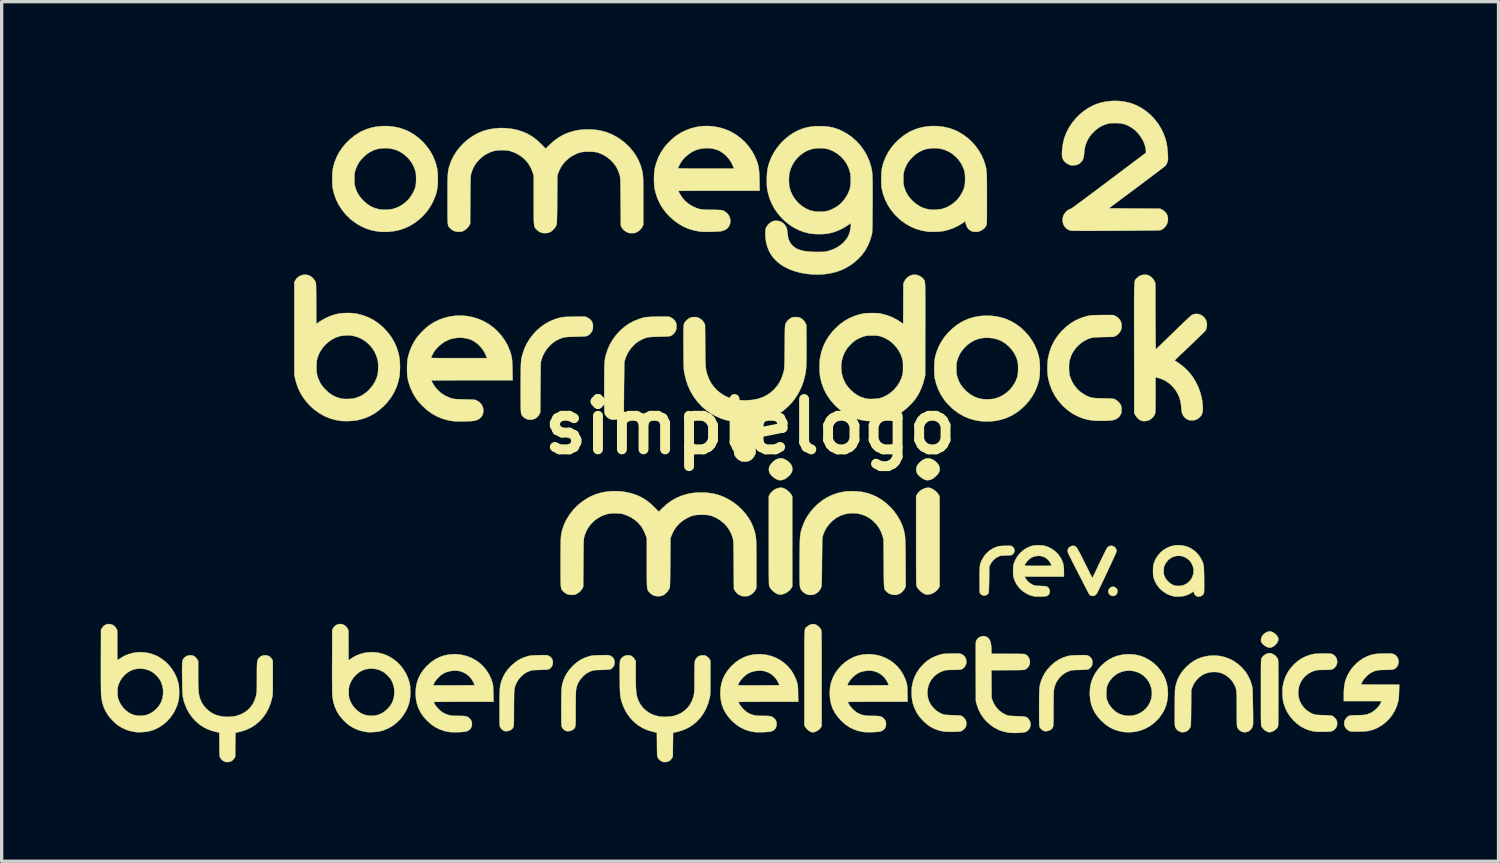
<source format=kicad_pcb>
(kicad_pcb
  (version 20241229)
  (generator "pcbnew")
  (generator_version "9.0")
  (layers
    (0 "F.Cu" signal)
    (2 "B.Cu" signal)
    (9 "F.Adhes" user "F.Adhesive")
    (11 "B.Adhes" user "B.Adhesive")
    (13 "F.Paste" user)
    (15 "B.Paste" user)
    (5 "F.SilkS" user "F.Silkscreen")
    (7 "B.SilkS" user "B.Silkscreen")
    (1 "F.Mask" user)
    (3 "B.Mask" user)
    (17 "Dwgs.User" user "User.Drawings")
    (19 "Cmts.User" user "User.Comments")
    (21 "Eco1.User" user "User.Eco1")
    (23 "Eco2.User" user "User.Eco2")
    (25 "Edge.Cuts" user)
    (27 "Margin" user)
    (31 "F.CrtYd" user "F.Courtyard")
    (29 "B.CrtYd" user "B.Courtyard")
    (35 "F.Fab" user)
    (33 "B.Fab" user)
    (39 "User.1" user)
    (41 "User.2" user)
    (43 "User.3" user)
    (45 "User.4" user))
  (footprint "simplelogo"
    (layer "F.Cu")
    (at 19.663 9.866)
    (property "Reference" "simplelogo" (at 0 0 0) (layer "F.SilkS") (effects (font (size 1.524 1.524) (thickness 0.3))))
    (attr through_hole)
    (fp_poly (pts (xy 11.042 4.861) (xy 11.081 4.89) (xy 11.111 4.929) (xy 11.124 4.971) (xy 11.121 5.014) (xy 11.106 5.055) (xy 11.08 5.089) (xy 11.045 5.115) (xy 11.003 5.128) (xy 10.956 5.127) (xy 10.932 5.119) (xy 10.894 5.096) (xy 10.864 5.063) (xy 10.846 5.026) (xy 10.845 5.021) (xy 10.844 4.971) (xy 10.861 4.923) (xy 10.892 4.884) (xy 10.933 4.858) (xy 10.958 4.851) (xy 11.003 4.848) (xy 11.042 4.861)) (stroke (width 0.01) (type solid)) (fill yes) (layer "F.SilkS"))
    (fp_poly (pts (xy 15.797 6.214) (xy 15.815 6.222) (xy 15.878 6.259) (xy 15.929 6.304) (xy 15.966 6.354) (xy 15.987 6.408) (xy 15.991 6.441) (xy 15.982 6.491) (xy 15.957 6.541) (xy 15.919 6.59) (xy 15.873 6.633) (xy 15.822 6.667) (xy 15.769 6.689) (xy 15.728 6.695) (xy 15.7 6.691) (xy 15.663 6.679) (xy 15.631 6.666) (xy 15.584 6.638) (xy 15.54 6.603) (xy 15.502 6.564) (xy 15.478 6.528) (xy 15.474 6.52) (xy 15.464 6.465) (xy 15.472 6.408) (xy 15.496 6.352) (xy 15.534 6.3) (xy 15.586 6.254) (xy 15.641 6.222) (xy 15.695 6.203) (xy 15.745 6.2) (xy 15.797 6.214)) (stroke (width 0.01) (type solid)) (fill yes) (layer "F.SilkS"))
    (fp_poly (pts (xy 0.991 0.967) (xy 1.058 0.995) (xy 1.125 1.036) (xy 1.191 1.091) (xy 1.239 1.151) (xy 1.269 1.214) (xy 1.28 1.279) (xy 1.272 1.344) (xy 1.246 1.405) (xy 1.216 1.447) (xy 1.173 1.493) (xy 1.124 1.537) (xy 1.075 1.573) (xy 1.047 1.59) (xy 0.997 1.609) (xy 0.943 1.62) (xy 0.892 1.623) (xy 0.853 1.617) (xy 0.791 1.59) (xy 0.729 1.552) (xy 0.672 1.507) (xy 0.624 1.458) (xy 0.591 1.41) (xy 0.588 1.405) (xy 0.569 1.343) (xy 0.566 1.275) (xy 0.581 1.209) (xy 0.587 1.195) (xy 0.612 1.154) (xy 0.65 1.108) (xy 0.695 1.063) (xy 0.743 1.024) (xy 0.789 0.995) (xy 0.794 0.992) (xy 0.861 0.967) (xy 0.926 0.958) (xy 0.991 0.967)) (stroke (width 0.01) (type solid)) (fill yes) (layer "F.SilkS"))
    (fp_poly (pts (xy 5.451 0.967) (xy 5.519 0.995) (xy 5.585 1.036) (xy 5.651 1.091) (xy 5.699 1.151) (xy 5.729 1.214) (xy 5.74 1.279) (xy 5.733 1.344) (xy 5.707 1.405) (xy 5.676 1.447) (xy 5.633 1.493) (xy 5.584 1.537) (xy 5.535 1.573) (xy 5.507 1.59) (xy 5.457 1.609) (xy 5.403 1.62) (xy 5.352 1.623) (xy 5.314 1.617) (xy 5.251 1.59) (xy 5.189 1.552) (xy 5.132 1.507) (xy 5.084 1.458) (xy 5.051 1.41) (xy 5.049 1.405) (xy 5.029 1.343) (xy 5.027 1.275) (xy 5.042 1.209) (xy 5.047 1.195) (xy 5.072 1.154) (xy 5.11 1.108) (xy 5.155 1.063) (xy 5.204 1.024) (xy 5.249 0.995) (xy 5.254 0.992) (xy 5.321 0.967) (xy 5.386 0.958) (xy 5.451 0.967)) (stroke (width 0.01) (type solid)) (fill yes) (layer "F.SilkS"))
    (fp_poly (pts (xy 0.98 1.854) (xy 1.014 1.866) (xy 1.039 1.877) (xy 1.093 1.908) (xy 1.148 1.95) (xy 1.197 1.998) (xy 1.236 2.045) (xy 1.25 2.069) (xy 1.275 2.118) (xy 1.275 4.841) (xy 1.247 4.889) (xy 1.206 4.944) (xy 1.153 4.992) (xy 1.092 5.033) (xy 1.027 5.063) (xy 0.961 5.082) (xy 0.898 5.087) (xy 0.843 5.077) (xy 0.841 5.076) (xy 0.777 5.045) (xy 0.713 4.999) (xy 0.655 4.945) (xy 0.608 4.887) (xy 0.585 4.846) (xy 0.582 4.84) (xy 0.579 4.833) (xy 0.577 4.824) (xy 0.575 4.813) (xy 0.573 4.799) (xy 0.571 4.779) (xy 0.57 4.755) (xy 0.568 4.723) (xy 0.567 4.684) (xy 0.567 4.636) (xy 0.566 4.578) (xy 0.565 4.51) (xy 0.565 4.429) (xy 0.564 4.335) (xy 0.564 4.228) (xy 0.564 4.105) (xy 0.564 3.966) (xy 0.564 3.81) (xy 0.564 3.635) (xy 0.564 3.454) (xy 0.564 2.108) (xy 0.587 2.06) (xy 0.627 2.001) (xy 0.682 1.947) (xy 0.747 1.902) (xy 0.818 1.87) (xy 0.889 1.852) (xy 0.906 1.851) (xy 0.948 1.85) (xy 0.98 1.854)) (stroke (width 0.01) (type solid)) (fill yes) (layer "F.SilkS"))
    (fp_poly (pts (xy 5.44 1.854) (xy 5.474 1.866) (xy 5.499 1.877) (xy 5.553 1.908) (xy 5.608 1.95) (xy 5.657 1.998) (xy 5.696 2.045) (xy 5.71 2.069) (xy 5.735 2.118) (xy 5.735 4.841) (xy 5.707 4.889) (xy 5.666 4.944) (xy 5.613 4.992) (xy 5.552 5.033) (xy 5.487 5.063) (xy 5.421 5.082) (xy 5.358 5.087) (xy 5.303 5.077) (xy 5.301 5.076) (xy 5.237 5.045) (xy 5.173 4.999) (xy 5.115 4.945) (xy 5.069 4.887) (xy 5.045 4.846) (xy 5.042 4.84) (xy 5.04 4.833) (xy 5.037 4.824) (xy 5.035 4.813) (xy 5.033 4.799) (xy 5.031 4.779) (xy 5.03 4.755) (xy 5.029 4.723) (xy 5.028 4.684) (xy 5.027 4.636) (xy 5.026 4.578) (xy 5.025 4.51) (xy 5.025 4.429) (xy 5.025 4.335) (xy 5.024 4.228) (xy 5.024 4.105) (xy 5.024 3.966) (xy 5.024 3.81) (xy 5.024 3.635) (xy 5.024 3.454) (xy 5.024 2.108) (xy 5.048 2.06) (xy 5.087 2.001) (xy 5.142 1.947) (xy 5.207 1.902) (xy 5.278 1.87) (xy 5.349 1.852) (xy 5.366 1.851) (xy 5.408 1.85) (xy 5.44 1.854)) (stroke (width 0.01) (type solid)) (fill yes) (layer "F.SilkS"))
    (fp_poly (pts (xy 1.964 5.986) (xy 1.994 5.998) (xy 2.041 6.028) (xy 2.087 6.067) (xy 2.124 6.11) (xy 2.143 6.14) (xy 2.146 6.146) (xy 2.148 6.153) (xy 2.151 6.161) (xy 2.153 6.171) (xy 2.155 6.185) (xy 2.157 6.204) (xy 2.158 6.228) (xy 2.159 6.258) (xy 2.16 6.296) (xy 2.161 6.343) (xy 2.162 6.399) (xy 2.162 6.465) (xy 2.163 6.544) (xy 2.163 6.634) (xy 2.164 6.739) (xy 2.164 6.858) (xy 2.164 6.992) (xy 2.164 7.144) (xy 2.164 7.313) (xy 2.164 7.5) (xy 2.164 7.626) (xy 2.164 9.068) (xy 2.141 9.108) (xy 2.107 9.152) (xy 2.06 9.192) (xy 2.006 9.225) (xy 1.95 9.247) (xy 1.897 9.256) (xy 1.896 9.256) (xy 1.866 9.251) (xy 1.832 9.24) (xy 1.824 9.236) (xy 1.768 9.202) (xy 1.715 9.155) (xy 1.674 9.103) (xy 1.669 9.095) (xy 1.641 9.047) (xy 1.641 7.605) (xy 1.641 7.402) (xy 1.641 7.219) (xy 1.641 7.054) (xy 1.641 6.907) (xy 1.641 6.776) (xy 1.641 6.66) (xy 1.642 6.558) (xy 1.642 6.47) (xy 1.643 6.394) (xy 1.645 6.33) (xy 1.647 6.275) (xy 1.649 6.23) (xy 1.652 6.193) (xy 1.655 6.164) (xy 1.659 6.141) (xy 1.664 6.123) (xy 1.669 6.109) (xy 1.675 6.099) (xy 1.682 6.091) (xy 1.689 6.084) (xy 1.698 6.077) (xy 1.707 6.07) (xy 1.716 6.063) (xy 1.777 6.017) (xy 1.841 5.989) (xy 1.904 5.979) (xy 1.964 5.986)) (stroke (width 0.01) (type solid)) (fill yes) (layer "F.SilkS"))
    (fp_poly (pts (xy 15.778 6.867) (xy 15.837 6.892) (xy 15.892 6.929) (xy 15.939 6.975) (xy 15.971 7.024) (xy 15.974 7.031) (xy 15.977 7.039) (xy 15.98 7.049) (xy 15.982 7.062) (xy 15.984 7.079) (xy 15.986 7.101) (xy 15.987 7.13) (xy 15.989 7.167) (xy 15.99 7.213) (xy 15.99 7.27) (xy 15.991 7.338) (xy 15.991 7.42) (xy 15.992 7.515) (xy 15.992 7.626) (xy 15.992 7.753) (xy 15.992 7.898) (xy 15.992 8.06) (xy 15.992 8.229) (xy 15.992 8.379) (xy 15.991 8.51) (xy 15.991 8.625) (xy 15.991 8.723) (xy 15.99 8.807) (xy 15.989 8.878) (xy 15.988 8.936) (xy 15.987 8.983) (xy 15.985 9.02) (xy 15.984 9.047) (xy 15.982 9.067) (xy 15.98 9.08) (xy 15.978 9.087) (xy 15.952 9.129) (xy 15.909 9.171) (xy 15.856 9.209) (xy 15.826 9.225) (xy 15.772 9.247) (xy 15.724 9.254) (xy 15.677 9.246) (xy 15.641 9.232) (xy 15.588 9.199) (xy 15.537 9.155) (xy 15.497 9.105) (xy 15.484 9.084) (xy 15.481 9.077) (xy 15.478 9.069) (xy 15.475 9.059) (xy 15.473 9.047) (xy 15.471 9.029) (xy 15.469 9.007) (xy 15.468 8.977) (xy 15.467 8.939) (xy 15.466 8.892) (xy 15.465 8.835) (xy 15.464 8.765) (xy 15.464 8.683) (xy 15.464 8.586) (xy 15.464 8.474) (xy 15.464 8.345) (xy 15.464 8.198) (xy 15.464 8.047) (xy 15.464 7.882) (xy 15.464 7.737) (xy 15.464 7.609) (xy 15.464 7.498) (xy 15.464 7.403) (xy 15.465 7.321) (xy 15.465 7.253) (xy 15.466 7.196) (xy 15.467 7.15) (xy 15.468 7.113) (xy 15.47 7.084) (xy 15.471 7.061) (xy 15.473 7.045) (xy 15.476 7.033) (xy 15.478 7.023) (xy 15.481 7.016) (xy 15.483 7.013) (xy 15.519 6.961) (xy 15.567 6.917) (xy 15.624 6.883) (xy 15.682 6.862) (xy 15.721 6.858) (xy 15.778 6.867)) (stroke (width 0.01) (type solid)) (fill yes) (layer "F.SilkS"))
    (fp_poly (pts (xy 7.867 3.608) (xy 7.89 3.61) (xy 7.907 3.614) (xy 7.921 3.62) (xy 7.934 3.628) (xy 7.935 3.629) (xy 7.971 3.663) (xy 7.996 3.706) (xy 8.006 3.752) (xy 8.006 3.754) (xy 7.998 3.797) (xy 7.976 3.839) (xy 7.945 3.873) (xy 7.942 3.875) (xy 7.929 3.883) (xy 7.913 3.889) (xy 7.892 3.893) (xy 7.86 3.897) (xy 7.815 3.899) (xy 7.754 3.901) (xy 7.744 3.902) (xy 7.681 3.904) (xy 7.634 3.906) (xy 7.599 3.909) (xy 7.573 3.914) (xy 7.55 3.921) (xy 7.526 3.93) (xy 7.505 3.94) (xy 7.425 3.988) (xy 7.354 4.053) (xy 7.296 4.129) (xy 7.277 4.164) (xy 7.239 4.241) (xy 7.234 4.632) (xy 7.233 4.737) (xy 7.231 4.823) (xy 7.229 4.893) (xy 7.227 4.948) (xy 7.224 4.991) (xy 7.219 5.023) (xy 7.212 5.047) (xy 7.204 5.064) (xy 7.193 5.077) (xy 7.179 5.086) (xy 7.162 5.096) (xy 7.151 5.101) (xy 7.103 5.118) (xy 7.058 5.117) (xy 7.021 5.103) (xy 6.992 5.083) (xy 6.967 5.058) (xy 6.965 5.056) (xy 6.96 5.048) (xy 6.956 5.039) (xy 6.952 5.027) (xy 6.95 5.009) (xy 6.948 4.984) (xy 6.946 4.95) (xy 6.945 4.904) (xy 6.945 4.845) (xy 6.945 4.771) (xy 6.945 4.679) (xy 6.945 4.64) (xy 6.945 4.531) (xy 6.945 4.439) (xy 6.947 4.364) (xy 6.949 4.301) (xy 6.953 4.249) (xy 6.958 4.206) (xy 6.965 4.168) (xy 6.975 4.134) (xy 6.987 4.101) (xy 7.002 4.067) (xy 7.02 4.03) (xy 7.02 4.028) (xy 7.082 3.923) (xy 7.16 3.83) (xy 7.25 3.751) (xy 7.353 3.687) (xy 7.463 3.64) (xy 7.495 3.63) (xy 7.525 3.623) (xy 7.558 3.618) (xy 7.597 3.614) (xy 7.647 3.612) (xy 7.712 3.61) (xy 7.722 3.609) (xy 7.786 3.608) (xy 7.833 3.607) (xy 7.867 3.608)) (stroke (width 0.01) (type solid)) (fill yes) (layer "F.SilkS"))
    (fp_poly (pts (xy 10.974 3.613) (xy 11.023 3.637) (xy 11.038 3.648) (xy 11.072 3.689) (xy 11.09 3.736) (xy 11.092 3.783) (xy 11.086 3.798) (xy 11.073 3.83) (xy 11.053 3.876) (xy 11.026 3.934) (xy 10.995 4.004) (xy 10.959 4.082) (xy 10.919 4.168) (xy 10.877 4.258) (xy 10.834 4.352) (xy 10.789 4.447) (xy 10.744 4.541) (xy 10.701 4.634) (xy 10.659 4.721) (xy 10.62 4.803) (xy 10.584 4.877) (xy 10.553 4.94) (xy 10.528 4.992) (xy 10.508 5.03) (xy 10.496 5.052) (xy 10.494 5.056) (xy 10.456 5.098) (xy 10.411 5.122) (xy 10.362 5.129) (xy 10.312 5.118) (xy 10.307 5.115) (xy 10.281 5.096) (xy 10.259 5.069) (xy 10.258 5.067) (xy 10.25 5.053) (xy 10.234 5.022) (xy 10.21 4.976) (xy 10.179 4.916) (xy 10.143 4.845) (xy 10.101 4.764) (xy 10.055 4.674) (xy 10.005 4.577) (xy 9.952 4.475) (xy 9.924 4.42) (xy 9.862 4.3) (xy 9.809 4.196) (xy 9.764 4.108) (xy 9.727 4.034) (xy 9.696 3.972) (xy 9.671 3.922) (xy 9.651 3.881) (xy 9.637 3.849) (xy 9.626 3.824) (xy 9.619 3.804) (xy 9.615 3.789) (xy 9.613 3.776) (xy 9.613 3.766) (xy 9.613 3.755) (xy 9.614 3.752) (xy 9.619 3.714) (xy 9.632 3.687) (xy 9.652 3.663) (xy 9.699 3.626) (xy 9.751 3.61) (xy 9.797 3.611) (xy 9.815 3.614) (xy 9.831 3.618) (xy 9.846 3.625) (xy 9.86 3.636) (xy 9.876 3.652) (xy 9.893 3.676) (xy 9.913 3.707) (xy 9.937 3.749) (xy 9.966 3.801) (xy 10 3.867) (xy 10.04 3.946) (xy 10.088 4.041) (xy 10.129 4.123) (xy 10.361 4.587) (xy 10.417 4.47) (xy 10.483 4.332) (xy 10.54 4.21) (xy 10.591 4.104) (xy 10.634 4.013) (xy 10.671 3.936) (xy 10.703 3.871) (xy 10.729 3.818) (xy 10.751 3.774) (xy 10.768 3.739) (xy 10.783 3.712) (xy 10.795 3.692) (xy 10.804 3.676) (xy 10.812 3.665) (xy 10.819 3.657) (xy 10.825 3.651) (xy 10.871 3.62) (xy 10.922 3.608) (xy 10.974 3.613)) (stroke (width 0.01) (type solid)) (fill yes) (layer "F.SilkS"))
    (fp_poly (pts (xy 11.651 6.904) (xy 11.798 6.937) (xy 11.939 6.989) (xy 12.073 7.059) (xy 12.198 7.146) (xy 12.313 7.25) (xy 12.328 7.265) (xy 12.428 7.385) (xy 12.51 7.512) (xy 12.572 7.645) (xy 12.616 7.786) (xy 12.641 7.934) (xy 12.648 8.091) (xy 12.646 8.136) (xy 12.63 8.29) (xy 12.595 8.435) (xy 12.541 8.572) (xy 12.469 8.701) (xy 12.378 8.824) (xy 12.33 8.877) (xy 12.215 8.985) (xy 12.09 9.075) (xy 11.956 9.148) (xy 11.815 9.202) (xy 11.667 9.238) (xy 11.515 9.254) (xy 11.359 9.251) (xy 11.3 9.245) (xy 11.153 9.216) (xy 11.014 9.169) (xy 10.883 9.103) (xy 10.758 9.018) (xy 10.64 8.914) (xy 10.627 8.902) (xy 10.523 8.785) (xy 10.438 8.664) (xy 10.372 8.538) (xy 10.325 8.404) (xy 10.295 8.263) (xy 10.283 8.111) (xy 10.282 8.072) (xy 10.785 8.072) (xy 10.785 8.133) (xy 10.787 8.179) (xy 10.791 8.215) (xy 10.797 8.247) (xy 10.806 8.28) (xy 10.809 8.289) (xy 10.85 8.383) (xy 10.908 8.474) (xy 10.98 8.556) (xy 11.063 8.628) (xy 11.154 8.685) (xy 11.184 8.7) (xy 11.284 8.734) (xy 11.392 8.753) (xy 11.503 8.756) (xy 11.612 8.743) (xy 11.695 8.72) (xy 11.802 8.673) (xy 11.898 8.611) (xy 11.982 8.534) (xy 12.052 8.445) (xy 12.106 8.346) (xy 12.141 8.244) (xy 12.161 8.13) (xy 12.161 8.018) (xy 12.143 7.91) (xy 12.109 7.808) (xy 12.06 7.713) (xy 11.996 7.627) (xy 11.92 7.551) (xy 11.832 7.488) (xy 11.734 7.439) (xy 11.627 7.405) (xy 11.512 7.389) (xy 11.506 7.389) (xy 11.385 7.392) (xy 11.271 7.415) (xy 11.163 7.456) (xy 11.065 7.515) (xy 10.976 7.591) (xy 10.898 7.683) (xy 10.874 7.718) (xy 10.839 7.779) (xy 10.813 7.839) (xy 10.797 7.903) (xy 10.788 7.977) (xy 10.785 8.064) (xy 10.785 8.072) (xy 10.282 8.072) (xy 10.282 8.071) (xy 10.291 7.917) (xy 10.317 7.771) (xy 10.362 7.634) (xy 10.425 7.504) (xy 10.507 7.38) (xy 10.608 7.261) (xy 10.631 7.238) (xy 10.745 7.135) (xy 10.864 7.052) (xy 10.989 6.986) (xy 11.122 6.938) (xy 11.266 6.907) (xy 11.346 6.896) (xy 11.5 6.89) (xy 11.651 6.904)) (stroke (width 0.01) (type solid)) (fill yes) (layer "F.SilkS"))
    (fp_poly (pts (xy 7.088 6.344) (xy 7.148 6.359) (xy 7.198 6.389) (xy 7.237 6.434) (xy 7.267 6.494) (xy 7.288 6.571) (xy 7.301 6.665) (xy 7.305 6.774) (xy 7.305 6.878) (xy 7.79 6.878) (xy 7.925 6.879) (xy 8.04 6.879) (xy 8.135 6.881) (xy 8.211 6.882) (xy 8.267 6.885) (xy 8.303 6.887) (xy 8.316 6.89) (xy 8.361 6.911) (xy 8.403 6.948) (xy 8.437 6.996) (xy 8.459 7.047) (xy 8.471 7.12) (xy 8.464 7.189) (xy 8.438 7.252) (xy 8.396 7.306) (xy 8.338 7.348) (xy 8.336 7.349) (xy 8.327 7.354) (xy 8.316 7.358) (xy 8.303 7.362) (xy 8.286 7.365) (xy 8.263 7.367) (xy 8.233 7.369) (xy 8.192 7.37) (xy 8.14 7.371) (xy 8.075 7.372) (xy 7.994 7.373) (xy 7.897 7.373) (xy 7.8 7.374) (xy 7.304 7.377) (xy 7.307 7.796) (xy 7.31 8.214) (xy 7.341 8.302) (xy 7.39 8.409) (xy 7.455 8.506) (xy 7.533 8.591) (xy 7.624 8.662) (xy 7.724 8.717) (xy 7.793 8.743) (xy 7.818 8.749) (xy 7.851 8.755) (xy 7.894 8.759) (xy 7.95 8.762) (xy 8.021 8.765) (xy 8.082 8.767) (xy 8.167 8.77) (xy 8.233 8.773) (xy 8.285 8.778) (xy 8.325 8.785) (xy 8.356 8.794) (xy 8.381 8.807) (xy 8.403 8.824) (xy 8.423 8.846) (xy 8.432 8.857) (xy 8.469 8.916) (xy 8.488 8.979) (xy 8.489 9.044) (xy 8.474 9.106) (xy 8.443 9.164) (xy 8.397 9.212) (xy 8.352 9.241) (xy 8.32 9.251) (xy 8.272 9.26) (xy 8.211 9.267) (xy 8.141 9.271) (xy 8.065 9.274) (xy 7.988 9.274) (xy 7.913 9.272) (xy 7.844 9.267) (xy 7.791 9.26) (xy 7.649 9.228) (xy 7.513 9.178) (xy 7.385 9.11) (xy 7.266 9.027) (xy 7.157 8.929) (xy 7.061 8.819) (xy 6.979 8.697) (xy 6.913 8.565) (xy 6.863 8.424) (xy 6.86 8.415) (xy 6.833 8.316) (xy 6.83 7.415) (xy 6.829 7.259) (xy 6.829 7.122) (xy 6.829 7.003) (xy 6.828 6.9) (xy 6.829 6.812) (xy 6.829 6.738) (xy 6.829 6.677) (xy 6.83 6.627) (xy 6.831 6.587) (xy 6.832 6.555) (xy 6.834 6.531) (xy 6.836 6.513) (xy 6.838 6.499) (xy 6.841 6.489) (xy 6.844 6.481) (xy 6.847 6.473) (xy 6.847 6.473) (xy 6.885 6.42) (xy 6.935 6.379) (xy 6.994 6.352) (xy 7.057 6.342) (xy 7.088 6.344)) (stroke (width 0.01) (type solid)) (fill yes) (layer "F.SilkS"))
    (fp_poly (pts (xy -6.21 6.919) (xy -6.176 6.92) (xy -6.151 6.923) (xy -6.133 6.926) (xy -6.117 6.931) (xy -6.104 6.937) (xy -6.046 6.972) (xy -6.006 7.015) (xy -5.983 7.068) (xy -5.974 7.134) (xy -5.974 7.143) (xy -5.98 7.203) (xy -6 7.253) (xy -6.034 7.298) (xy -6.052 7.317) (xy -6.069 7.331) (xy -6.089 7.343) (xy -6.113 7.351) (xy -6.145 7.356) (xy -6.187 7.36) (xy -6.243 7.363) (xy -6.315 7.365) (xy -6.36 7.367) (xy -6.437 7.369) (xy -6.497 7.37) (xy -6.543 7.373) (xy -6.578 7.376) (xy -6.606 7.38) (xy -6.63 7.385) (xy -6.654 7.392) (xy -6.673 7.399) (xy -6.759 7.435) (xy -6.834 7.48) (xy -6.906 7.538) (xy -6.934 7.564) (xy -7.014 7.656) (xy -7.075 7.756) (xy -7.118 7.865) (xy -7.143 7.979) (xy -7.144 8.004) (xy -7.146 8.046) (xy -7.148 8.105) (xy -7.149 8.176) (xy -7.15 8.259) (xy -7.151 8.351) (xy -7.152 8.449) (xy -7.152 8.551) (xy -7.152 8.558) (xy -7.152 8.675) (xy -7.153 8.775) (xy -7.153 8.857) (xy -7.154 8.925) (xy -7.155 8.979) (xy -7.158 9.022) (xy -7.161 9.055) (xy -7.165 9.081) (xy -7.171 9.1) (xy -7.178 9.116) (xy -7.187 9.129) (xy -7.197 9.141) (xy -7.207 9.153) (xy -7.249 9.185) (xy -7.302 9.209) (xy -7.361 9.221) (xy -7.417 9.221) (xy -7.442 9.215) (xy -7.483 9.195) (xy -7.524 9.161) (xy -7.557 9.122) (xy -7.57 9.099) (xy -7.574 9.089) (xy -7.578 9.077) (xy -7.581 9.061) (xy -7.583 9.04) (xy -7.585 9.013) (xy -7.587 8.976) (xy -7.588 8.929) (xy -7.588 8.87) (xy -7.589 8.796) (xy -7.589 8.707) (xy -7.589 8.601) (xy -7.589 8.524) (xy -7.589 8.392) (xy -7.589 8.277) (xy -7.588 8.179) (xy -7.586 8.096) (xy -7.584 8.025) (xy -7.581 7.965) (xy -7.576 7.913) (xy -7.571 7.868) (xy -7.564 7.827) (xy -7.556 7.79) (xy -7.545 7.753) (xy -7.534 7.715) (xy -7.528 7.698) (xy -7.48 7.577) (xy -7.42 7.466) (xy -7.344 7.36) (xy -7.251 7.257) (xy -7.227 7.233) (xy -7.119 7.139) (xy -7.008 7.063) (xy -6.89 7.004) (xy -6.761 6.959) (xy -6.738 6.952) (xy -6.705 6.944) (xy -6.674 6.938) (xy -6.642 6.933) (xy -6.606 6.929) (xy -6.562 6.926) (xy -6.506 6.924) (xy -6.436 6.922) (xy -6.393 6.921) (xy -6.316 6.92) (xy -6.255 6.919) (xy -6.21 6.919)) (stroke (width 0.01) (type solid)) (fill yes) (layer "F.SilkS"))
    (fp_poly (pts (xy -4.34 6.919) (xy -4.307 6.92) (xy -4.282 6.923) (xy -4.263 6.926) (xy -4.248 6.931) (xy -4.234 6.937) (xy -4.176 6.972) (xy -4.137 7.015) (xy -4.113 7.068) (xy -4.105 7.134) (xy -4.105 7.143) (xy -4.111 7.203) (xy -4.13 7.253) (xy -4.164 7.298) (xy -4.182 7.317) (xy -4.2 7.331) (xy -4.219 7.343) (xy -4.243 7.351) (xy -4.275 7.356) (xy -4.318 7.36) (xy -4.373 7.363) (xy -4.445 7.365) (xy -4.491 7.367) (xy -4.568 7.369) (xy -4.627 7.37) (xy -4.673 7.373) (xy -4.709 7.376) (xy -4.737 7.38) (xy -4.761 7.385) (xy -4.784 7.392) (xy -4.804 7.399) (xy -4.889 7.435) (xy -4.965 7.48) (xy -5.036 7.538) (xy -5.064 7.564) (xy -5.144 7.656) (xy -5.206 7.756) (xy -5.249 7.865) (xy -5.273 7.979) (xy -5.275 8.004) (xy -5.277 8.046) (xy -5.278 8.105) (xy -5.28 8.176) (xy -5.281 8.259) (xy -5.282 8.351) (xy -5.283 8.449) (xy -5.283 8.551) (xy -5.283 8.558) (xy -5.283 8.675) (xy -5.283 8.775) (xy -5.284 8.857) (xy -5.285 8.925) (xy -5.286 8.979) (xy -5.288 9.022) (xy -5.292 9.055) (xy -5.296 9.081) (xy -5.301 9.1) (xy -5.308 9.116) (xy -5.317 9.129) (xy -5.327 9.141) (xy -5.338 9.153) (xy -5.379 9.185) (xy -5.433 9.209) (xy -5.491 9.221) (xy -5.548 9.221) (xy -5.573 9.215) (xy -5.614 9.195) (xy -5.654 9.161) (xy -5.688 9.122) (xy -5.701 9.099) (xy -5.705 9.089) (xy -5.709 9.077) (xy -5.711 9.061) (xy -5.714 9.04) (xy -5.716 9.013) (xy -5.717 8.976) (xy -5.718 8.929) (xy -5.719 8.87) (xy -5.719 8.796) (xy -5.72 8.707) (xy -5.72 8.601) (xy -5.72 8.524) (xy -5.72 8.392) (xy -5.719 8.277) (xy -5.718 8.179) (xy -5.717 8.096) (xy -5.714 8.025) (xy -5.711 7.965) (xy -5.707 7.913) (xy -5.701 7.868) (xy -5.694 7.827) (xy -5.686 7.79) (xy -5.676 7.753) (xy -5.664 7.715) (xy -5.659 7.698) (xy -5.611 7.577) (xy -5.55 7.466) (xy -5.474 7.36) (xy -5.381 7.257) (xy -5.358 7.233) (xy -5.25 7.139) (xy -5.139 7.063) (xy -5.021 7.004) (xy -4.892 6.959) (xy -4.869 6.952) (xy -4.835 6.944) (xy -4.805 6.938) (xy -4.773 6.933) (xy -4.737 6.929) (xy -4.693 6.926) (xy -4.637 6.924) (xy -4.566 6.922) (xy -4.524 6.921) (xy -4.446 6.92) (xy -4.386 6.919) (xy -4.34 6.919)) (stroke (width 0.01) (type solid)) (fill yes) (layer "F.SilkS"))
    (fp_poly (pts (xy 10.127 6.919) (xy 10.161 6.92) (xy 10.186 6.923) (xy 10.205 6.926) (xy 10.22 6.931) (xy 10.234 6.937) (xy 10.291 6.972) (xy 10.331 7.015) (xy 10.355 7.068) (xy 10.363 7.134) (xy 10.363 7.143) (xy 10.357 7.203) (xy 10.338 7.253) (xy 10.304 7.298) (xy 10.286 7.317) (xy 10.268 7.331) (xy 10.249 7.343) (xy 10.224 7.351) (xy 10.192 7.356) (xy 10.15 7.36) (xy 10.094 7.363) (xy 10.023 7.365) (xy 9.977 7.367) (xy 9.9 7.369) (xy 9.841 7.37) (xy 9.795 7.373) (xy 9.759 7.376) (xy 9.731 7.38) (xy 9.707 7.385) (xy 9.683 7.392) (xy 9.664 7.399) (xy 9.578 7.435) (xy 9.503 7.48) (xy 9.431 7.538) (xy 9.403 7.564) (xy 9.324 7.656) (xy 9.262 7.756) (xy 9.219 7.865) (xy 9.195 7.979) (xy 9.193 8.004) (xy 9.191 8.046) (xy 9.189 8.105) (xy 9.188 8.176) (xy 9.187 8.259) (xy 9.186 8.351) (xy 9.185 8.449) (xy 9.185 8.551) (xy 9.185 8.558) (xy 9.185 8.675) (xy 9.185 8.775) (xy 9.184 8.857) (xy 9.183 8.925) (xy 9.182 8.979) (xy 9.18 9.022) (xy 9.176 9.055) (xy 9.172 9.081) (xy 9.166 9.1) (xy 9.159 9.116) (xy 9.151 9.129) (xy 9.14 9.141) (xy 9.13 9.153) (xy 9.089 9.185) (xy 9.035 9.209) (xy 8.977 9.221) (xy 8.92 9.221) (xy 8.895 9.215) (xy 8.854 9.195) (xy 8.814 9.161) (xy 8.78 9.122) (xy 8.767 9.099) (xy 8.763 9.089) (xy 8.759 9.077) (xy 8.756 9.061) (xy 8.754 9.04) (xy 8.752 9.013) (xy 8.751 8.976) (xy 8.75 8.929) (xy 8.749 8.87) (xy 8.748 8.796) (xy 8.748 8.707) (xy 8.748 8.601) (xy 8.748 8.524) (xy 8.748 8.392) (xy 8.749 8.277) (xy 8.749 8.179) (xy 8.751 8.096) (xy 8.753 8.025) (xy 8.757 7.965) (xy 8.761 7.913) (xy 8.766 7.868) (xy 8.773 7.827) (xy 8.782 7.79) (xy 8.792 7.753) (xy 8.804 7.715) (xy 8.809 7.698) (xy 8.857 7.577) (xy 8.918 7.466) (xy 8.993 7.36) (xy 9.086 7.257) (xy 9.11 7.233) (xy 9.218 7.139) (xy 9.329 7.063) (xy 9.447 7.004) (xy 9.576 6.959) (xy 9.599 6.952) (xy 9.632 6.944) (xy 9.663 6.938) (xy 9.695 6.933) (xy 9.731 6.929) (xy 9.775 6.926) (xy 9.831 6.924) (xy 9.902 6.922) (xy 9.944 6.921) (xy 10.022 6.92) (xy 10.082 6.919) (xy 10.127 6.919)) (stroke (width 0.01) (type solid)) (fill yes) (layer "F.SilkS"))
    (fp_poly (pts (xy 6.299 6.871) (xy 6.341 6.874) (xy 6.374 6.881) (xy 6.401 6.89) (xy 6.425 6.902) (xy 6.449 6.918) (xy 6.453 6.922) (xy 6.499 6.969) (xy 6.53 7.026) (xy 6.545 7.088) (xy 6.545 7.152) (xy 6.528 7.214) (xy 6.496 7.271) (xy 6.461 7.308) (xy 6.437 7.327) (xy 6.413 7.341) (xy 6.385 7.351) (xy 6.35 7.359) (xy 6.305 7.363) (xy 6.247 7.365) (xy 6.173 7.366) (xy 6.15 7.366) (xy 6.076 7.366) (xy 6.018 7.368) (xy 5.973 7.37) (xy 5.936 7.374) (xy 5.902 7.38) (xy 5.879 7.386) (xy 5.771 7.424) (xy 5.671 7.48) (xy 5.581 7.552) (xy 5.503 7.641) (xy 5.477 7.677) (xy 5.424 7.773) (xy 5.388 7.878) (xy 5.369 7.986) (xy 5.367 8.097) (xy 5.382 8.206) (xy 5.414 8.31) (xy 5.463 8.407) (xy 5.478 8.43) (xy 5.553 8.523) (xy 5.639 8.602) (xy 5.734 8.664) (xy 5.748 8.671) (xy 5.785 8.689) (xy 5.818 8.703) (xy 5.851 8.713) (xy 5.887 8.721) (xy 5.93 8.727) (xy 5.983 8.731) (xy 6.05 8.734) (xy 6.132 8.737) (xy 6.207 8.74) (xy 6.274 8.743) (xy 6.328 8.747) (xy 6.368 8.751) (xy 6.391 8.755) (xy 6.393 8.755) (xy 6.428 8.777) (xy 6.467 8.81) (xy 6.501 8.848) (xy 6.525 8.884) (xy 6.542 8.937) (xy 6.546 8.998) (xy 6.537 9.06) (xy 6.521 9.1) (xy 6.488 9.148) (xy 6.442 9.19) (xy 6.391 9.219) (xy 6.373 9.225) (xy 6.342 9.23) (xy 6.296 9.235) (xy 6.237 9.238) (xy 6.17 9.24) (xy 6.1 9.241) (xy 6.029 9.241) (xy 5.963 9.239) (xy 5.906 9.236) (xy 5.86 9.232) (xy 5.85 9.231) (xy 5.71 9.199) (xy 5.581 9.152) (xy 5.46 9.089) (xy 5.345 9.007) (xy 5.234 8.907) (xy 5.219 8.891) (xy 5.118 8.774) (xy 5.036 8.65) (xy 4.972 8.518) (xy 4.924 8.375) (xy 4.921 8.363) (xy 4.904 8.282) (xy 4.893 8.187) (xy 4.888 8.085) (xy 4.888 7.984) (xy 4.895 7.89) (xy 4.902 7.845) (xy 4.935 7.697) (xy 4.986 7.559) (xy 5.053 7.431) (xy 5.139 7.309) (xy 5.245 7.193) (xy 5.248 7.19) (xy 5.358 7.094) (xy 5.476 7.015) (xy 5.605 6.953) (xy 5.747 6.905) (xy 5.76 6.901) (xy 5.794 6.893) (xy 5.826 6.886) (xy 5.86 6.881) (xy 5.899 6.878) (xy 5.947 6.875) (xy 6.007 6.873) (xy 6.084 6.871) (xy 6.091 6.871) (xy 6.177 6.869) (xy 6.245 6.869) (xy 6.299 6.871)) (stroke (width 0.01) (type solid)) (fill yes) (layer "F.SilkS"))
    (fp_poly (pts (xy 8.806 3.594) (xy 8.873 3.601) (xy 8.92 3.61) (xy 9.037 3.651) (xy 9.145 3.709) (xy 9.243 3.782) (xy 9.328 3.869) (xy 9.398 3.968) (xy 9.419 4.005) (xy 9.45 4.07) (xy 9.472 4.134) (xy 9.487 4.2) (xy 9.496 4.275) (xy 9.499 4.362) (xy 9.5 4.391) (xy 9.5 4.542) (xy 8.31 4.542) (xy 8.338 4.594) (xy 8.388 4.666) (xy 8.454 4.728) (xy 8.531 4.778) (xy 8.589 4.804) (xy 8.622 4.812) (xy 8.676 4.818) (xy 8.749 4.823) (xy 8.799 4.825) (xy 8.862 4.828) (xy 8.907 4.83) (xy 8.939 4.833) (xy 8.962 4.836) (xy 8.978 4.842) (xy 8.992 4.85) (xy 9.005 4.86) (xy 9.045 4.898) (xy 9.066 4.94) (xy 9.071 4.992) (xy 9.071 5.006) (xy 9.059 5.057) (xy 9.033 5.096) (xy 8.99 5.125) (xy 8.981 5.128) (xy 8.956 5.135) (xy 8.915 5.14) (xy 8.863 5.144) (xy 8.804 5.147) (xy 8.743 5.148) (xy 8.686 5.147) (xy 8.636 5.145) (xy 8.598 5.14) (xy 8.479 5.109) (xy 8.367 5.059) (xy 8.263 4.992) (xy 8.17 4.908) (xy 8.122 4.853) (xy 8.065 4.773) (xy 8.021 4.691) (xy 7.986 4.599) (xy 7.984 4.592) (xy 7.974 4.558) (xy 7.968 4.525) (xy 7.963 4.49) (xy 7.961 4.446) (xy 7.96 4.388) (xy 7.96 4.369) (xy 7.961 4.306) (xy 7.963 4.258) (xy 7.966 4.221) (xy 7.969 4.204) (xy 8.311 4.204) (xy 8.315 4.207) (xy 8.328 4.21) (xy 8.353 4.212) (xy 8.389 4.214) (xy 8.44 4.215) (xy 8.505 4.216) (xy 8.588 4.216) (xy 8.689 4.216) (xy 8.717 4.216) (xy 8.835 4.216) (xy 8.933 4.215) (xy 9.011 4.214) (xy 9.068 4.212) (xy 9.105 4.21) (xy 9.122 4.207) (xy 9.124 4.206) (xy 9.118 4.184) (xy 9.102 4.151) (xy 9.08 4.113) (xy 9.054 4.075) (xy 9.027 4.041) (xy 9.015 4.028) (xy 8.947 3.974) (xy 8.87 3.936) (xy 8.786 3.916) (xy 8.699 3.914) (xy 8.61 3.929) (xy 8.522 3.963) (xy 8.52 3.964) (xy 8.483 3.988) (xy 8.443 4.022) (xy 8.403 4.062) (xy 8.366 4.103) (xy 8.337 4.144) (xy 8.317 4.179) (xy 8.311 4.204) (xy 7.969 4.204) (xy 7.972 4.188) (xy 7.981 4.154) (xy 7.984 4.145) (xy 8.03 4.031) (xy 8.093 3.925) (xy 8.17 3.83) (xy 8.261 3.748) (xy 8.363 3.681) (xy 8.474 3.63) (xy 8.534 3.611) (xy 8.589 3.6) (xy 8.658 3.594) (xy 8.732 3.592) (xy 8.806 3.594)) (stroke (width 0.01) (type solid)) (fill yes) (layer "F.SilkS"))
    (fp_poly (pts (xy 17.526 6.871) (xy 17.568 6.874) (xy 17.601 6.881) (xy 17.628 6.89) (xy 17.652 6.902) (xy 17.675 6.918) (xy 17.68 6.922) (xy 17.726 6.969) (xy 17.757 7.026) (xy 17.772 7.088) (xy 17.771 7.152) (xy 17.755 7.214) (xy 17.723 7.271) (xy 17.688 7.308) (xy 17.664 7.327) (xy 17.64 7.341) (xy 17.612 7.351) (xy 17.577 7.359) (xy 17.532 7.363) (xy 17.474 7.365) (xy 17.4 7.366) (xy 17.377 7.366) (xy 17.303 7.366) (xy 17.245 7.368) (xy 17.2 7.37) (xy 17.162 7.374) (xy 17.129 7.38) (xy 17.105 7.386) (xy 16.998 7.424) (xy 16.898 7.48) (xy 16.808 7.552) (xy 16.729 7.641) (xy 16.704 7.677) (xy 16.651 7.773) (xy 16.615 7.878) (xy 16.596 7.986) (xy 16.594 8.097) (xy 16.609 8.206) (xy 16.641 8.31) (xy 16.69 8.407) (xy 16.704 8.43) (xy 16.779 8.523) (xy 16.866 8.602) (xy 16.961 8.664) (xy 16.975 8.671) (xy 17.012 8.689) (xy 17.045 8.703) (xy 17.078 8.713) (xy 17.114 8.721) (xy 17.157 8.727) (xy 17.21 8.731) (xy 17.277 8.734) (xy 17.358 8.737) (xy 17.434 8.74) (xy 17.501 8.743) (xy 17.555 8.747) (xy 17.595 8.751) (xy 17.617 8.755) (xy 17.619 8.755) (xy 17.655 8.777) (xy 17.693 8.81) (xy 17.728 8.848) (xy 17.752 8.884) (xy 17.769 8.937) (xy 17.773 8.998) (xy 17.763 9.06) (xy 17.748 9.1) (xy 17.715 9.148) (xy 17.669 9.19) (xy 17.618 9.219) (xy 17.599 9.225) (xy 17.569 9.23) (xy 17.523 9.235) (xy 17.464 9.238) (xy 17.397 9.24) (xy 17.327 9.241) (xy 17.256 9.241) (xy 17.19 9.239) (xy 17.132 9.236) (xy 17.087 9.232) (xy 17.077 9.231) (xy 16.937 9.199) (xy 16.808 9.152) (xy 16.687 9.089) (xy 16.572 9.007) (xy 16.461 8.907) (xy 16.446 8.891) (xy 16.345 8.774) (xy 16.263 8.65) (xy 16.199 8.518) (xy 16.151 8.375) (xy 16.147 8.363) (xy 16.131 8.282) (xy 16.12 8.187) (xy 16.115 8.085) (xy 16.115 7.984) (xy 16.122 7.89) (xy 16.128 7.845) (xy 16.162 7.697) (xy 16.212 7.559) (xy 16.28 7.431) (xy 16.366 7.309) (xy 16.471 7.193) (xy 16.474 7.19) (xy 16.584 7.094) (xy 16.703 7.015) (xy 16.832 6.953) (xy 16.973 6.905) (xy 16.987 6.901) (xy 17.021 6.893) (xy 17.053 6.886) (xy 17.087 6.881) (xy 17.126 6.878) (xy 17.173 6.875) (xy 17.234 6.873) (xy 17.311 6.871) (xy 17.318 6.871) (xy 17.404 6.869) (xy 17.472 6.869) (xy 17.526 6.871)) (stroke (width 0.01) (type solid)) (fill yes) (layer "F.SilkS"))
    (fp_poly (pts (xy 19.385 6.871) (xy 19.427 6.874) (xy 19.46 6.881) (xy 19.487 6.89) (xy 19.511 6.902) (xy 19.535 6.918) (xy 19.539 6.922) (xy 19.585 6.969) (xy 19.616 7.026) (xy 19.631 7.088) (xy 19.631 7.152) (xy 19.614 7.214) (xy 19.582 7.271) (xy 19.547 7.308) (xy 19.523 7.327) (xy 19.499 7.341) (xy 19.471 7.351) (xy 19.436 7.359) (xy 19.391 7.363) (xy 19.333 7.365) (xy 19.259 7.366) (xy 19.236 7.366) (xy 19.144 7.367) (xy 19.068 7.371) (xy 19.004 7.378) (xy 18.948 7.39) (xy 18.896 7.406) (xy 18.844 7.429) (xy 18.813 7.444) (xy 18.748 7.485) (xy 18.682 7.539) (xy 18.62 7.603) (xy 18.567 7.669) (xy 18.529 7.732) (xy 18.492 7.808) (xy 19.072 7.811) (xy 19.652 7.813) (xy 19.646 8.019) (xy 19.643 8.091) (xy 19.64 8.16) (xy 19.635 8.221) (xy 19.63 8.269) (xy 19.625 8.296) (xy 19.585 8.443) (xy 19.526 8.583) (xy 19.451 8.713) (xy 19.361 8.833) (xy 19.256 8.941) (xy 19.138 9.034) (xy 19.009 9.112) (xy 18.985 9.124) (xy 18.912 9.157) (xy 18.84 9.183) (xy 18.768 9.203) (xy 18.69 9.218) (xy 18.604 9.228) (xy 18.505 9.233) (xy 18.391 9.235) (xy 18.37 9.235) (xy 18.302 9.235) (xy 18.252 9.234) (xy 18.215 9.233) (xy 18.187 9.23) (xy 18.166 9.225) (xy 18.147 9.219) (xy 18.13 9.211) (xy 18.072 9.174) (xy 18.027 9.123) (xy 17.997 9.063) (xy 17.985 8.997) (xy 17.99 8.927) (xy 17.994 8.913) (xy 18.013 8.871) (xy 18.045 8.827) (xy 18.084 8.788) (xy 18.125 8.76) (xy 18.151 8.749) (xy 18.174 8.745) (xy 18.213 8.742) (xy 18.265 8.74) (xy 18.324 8.738) (xy 18.379 8.737) (xy 18.47 8.736) (xy 18.544 8.733) (xy 18.606 8.727) (xy 18.66 8.717) (xy 18.709 8.702) (xy 18.757 8.683) (xy 18.796 8.664) (xy 18.86 8.626) (xy 18.924 8.576) (xy 18.984 8.519) (xy 19.036 8.458) (xy 19.077 8.398) (xy 19.103 8.341) (xy 19.106 8.334) (xy 19.112 8.311) (xy 17.973 8.311) (xy 17.973 8.119) (xy 17.976 7.993) (xy 17.984 7.882) (xy 17.999 7.783) (xy 18.021 7.692) (xy 18.052 7.605) (xy 18.092 7.518) (xy 18.102 7.497) (xy 18.172 7.381) (xy 18.257 7.271) (xy 18.353 7.171) (xy 18.459 7.083) (xy 18.569 7.01) (xy 18.672 6.959) (xy 18.736 6.934) (xy 18.796 6.914) (xy 18.854 6.898) (xy 18.915 6.887) (xy 18.984 6.88) (xy 19.064 6.874) (xy 19.16 6.871) (xy 19.177 6.871) (xy 19.263 6.869) (xy 19.331 6.869) (xy 19.385 6.871)) (stroke (width 0.01) (type solid)) (fill yes) (layer "F.SilkS"))
    (fp_poly (pts (xy -5.084 -3.331) (xy -5.032 -3.33) (xy -4.994 -3.329) (xy -4.973 -3.327) (xy -4.969 -3.326) (xy -4.957 -3.316) (xy -4.933 -3.304) (xy -4.92 -3.298) (xy -4.864 -3.263) (xy -4.815 -3.214) (xy -4.782 -3.16) (xy -4.765 -3.106) (xy -4.759 -3.042) (xy -4.763 -2.976) (xy -4.776 -2.917) (xy -4.788 -2.89) (xy -4.812 -2.852) (xy -4.843 -2.814) (xy -4.857 -2.8) (xy -4.878 -2.781) (xy -4.898 -2.766) (xy -4.918 -2.754) (xy -4.942 -2.744) (xy -4.971 -2.737) (xy -5.008 -2.732) (xy -5.056 -2.729) (xy -5.117 -2.726) (xy -5.193 -2.724) (xy -5.278 -2.722) (xy -5.376 -2.72) (xy -5.456 -2.717) (xy -5.521 -2.714) (xy -5.576 -2.709) (xy -5.621 -2.703) (xy -5.661 -2.694) (xy -5.698 -2.683) (xy -5.735 -2.669) (xy -5.776 -2.652) (xy -5.798 -2.641) (xy -5.867 -2.607) (xy -5.925 -2.572) (xy -5.981 -2.53) (xy -6.041 -2.477) (xy -6.047 -2.471) (xy -6.143 -2.368) (xy -6.221 -2.254) (xy -6.282 -2.133) (xy -6.307 -2.062) (xy -6.319 -2.025) (xy -6.329 -1.991) (xy -6.336 -1.971) (xy -6.337 -1.957) (xy -6.339 -1.924) (xy -6.34 -1.874) (xy -6.342 -1.809) (xy -6.343 -1.73) (xy -6.344 -1.639) (xy -6.346 -1.538) (xy -6.347 -1.428) (xy -6.348 -1.31) (xy -6.349 -1.189) (xy -6.355 -0.432) (xy -6.379 -0.378) (xy -6.417 -0.319) (xy -6.468 -0.271) (xy -6.53 -0.235) (xy -6.599 -0.213) (xy -6.67 -0.206) (xy -6.739 -0.217) (xy -6.753 -0.221) (xy -6.819 -0.253) (xy -6.874 -0.296) (xy -6.899 -0.326) (xy -6.909 -0.339) (xy -6.917 -0.353) (xy -6.924 -0.367) (xy -6.93 -0.384) (xy -6.934 -0.405) (xy -6.939 -0.432) (xy -6.942 -0.467) (xy -6.944 -0.509) (xy -6.946 -0.562) (xy -6.948 -0.626) (xy -6.948 -0.704) (xy -6.949 -0.796) (xy -6.949 -0.904) (xy -6.949 -1.029) (xy -6.949 -1.162) (xy -6.949 -1.313) (xy -6.949 -1.445) (xy -6.948 -1.56) (xy -6.947 -1.659) (xy -6.946 -1.745) (xy -6.944 -1.819) (xy -6.941 -1.883) (xy -6.938 -1.937) (xy -6.934 -1.985) (xy -6.929 -2.027) (xy -6.923 -2.065) (xy -6.916 -2.101) (xy -6.908 -2.137) (xy -6.898 -2.173) (xy -6.894 -2.187) (xy -6.841 -2.348) (xy -6.77 -2.501) (xy -6.683 -2.647) (xy -6.581 -2.782) (xy -6.467 -2.906) (xy -6.342 -3.016) (xy -6.206 -3.112) (xy -6.062 -3.191) (xy -5.912 -3.252) (xy -5.91 -3.253) (xy -5.853 -3.271) (xy -5.803 -3.286) (xy -5.756 -3.299) (xy -5.708 -3.308) (xy -5.658 -3.315) (xy -5.601 -3.32) (xy -5.536 -3.324) (xy -5.457 -3.327) (xy -5.364 -3.329) (xy -5.305 -3.33) (xy -5.223 -3.331) (xy -5.148 -3.331) (xy -5.084 -3.331)) (stroke (width 0.01) (type solid)) (fill yes) (layer "F.SilkS"))
    (fp_poly (pts (xy -2.554 -3.331) (xy -2.502 -3.33) (xy -2.464 -3.329) (xy -2.443 -3.327) (xy -2.44 -3.326) (xy -2.427 -3.316) (xy -2.403 -3.304) (xy -2.39 -3.298) (xy -2.334 -3.263) (xy -2.285 -3.214) (xy -2.252 -3.16) (xy -2.235 -3.106) (xy -2.229 -3.042) (xy -2.233 -2.976) (xy -2.246 -2.917) (xy -2.258 -2.89) (xy -2.282 -2.852) (xy -2.313 -2.814) (xy -2.327 -2.8) (xy -2.349 -2.781) (xy -2.368 -2.766) (xy -2.389 -2.754) (xy -2.412 -2.744) (xy -2.441 -2.737) (xy -2.478 -2.732) (xy -2.526 -2.729) (xy -2.587 -2.726) (xy -2.663 -2.724) (xy -2.748 -2.722) (xy -2.846 -2.72) (xy -2.926 -2.717) (xy -2.992 -2.714) (xy -3.046 -2.709) (xy -3.091 -2.703) (xy -3.131 -2.694) (xy -3.168 -2.683) (xy -3.206 -2.669) (xy -3.246 -2.652) (xy -3.268 -2.641) (xy -3.337 -2.607) (xy -3.395 -2.572) (xy -3.451 -2.53) (xy -3.511 -2.477) (xy -3.517 -2.471) (xy -3.613 -2.368) (xy -3.691 -2.254) (xy -3.752 -2.133) (xy -3.777 -2.062) (xy -3.789 -2.025) (xy -3.8 -1.991) (xy -3.806 -1.971) (xy -3.807 -1.957) (xy -3.809 -1.924) (xy -3.81 -1.874) (xy -3.812 -1.809) (xy -3.813 -1.73) (xy -3.815 -1.639) (xy -3.816 -1.538) (xy -3.817 -1.428) (xy -3.819 -1.31) (xy -3.82 -1.189) (xy -3.825 -0.432) (xy -3.85 -0.378) (xy -3.887 -0.319) (xy -3.938 -0.271) (xy -4 -0.235) (xy -4.069 -0.213) (xy -4.14 -0.206) (xy -4.209 -0.217) (xy -4.223 -0.221) (xy -4.289 -0.253) (xy -4.344 -0.296) (xy -4.369 -0.326) (xy -4.379 -0.339) (xy -4.387 -0.353) (xy -4.394 -0.367) (xy -4.4 -0.384) (xy -4.405 -0.405) (xy -4.409 -0.432) (xy -4.412 -0.467) (xy -4.414 -0.509) (xy -4.416 -0.562) (xy -4.418 -0.626) (xy -4.419 -0.704) (xy -4.419 -0.796) (xy -4.419 -0.904) (xy -4.419 -1.029) (xy -4.419 -1.162) (xy -4.419 -1.313) (xy -4.419 -1.445) (xy -4.418 -1.56) (xy -4.417 -1.659) (xy -4.416 -1.745) (xy -4.414 -1.819) (xy -4.412 -1.883) (xy -4.408 -1.937) (xy -4.404 -1.985) (xy -4.399 -2.027) (xy -4.393 -2.065) (xy -4.386 -2.101) (xy -4.378 -2.137) (xy -4.368 -2.173) (xy -4.364 -2.187) (xy -4.311 -2.348) (xy -4.24 -2.501) (xy -4.153 -2.647) (xy -4.052 -2.782) (xy -3.938 -2.906) (xy -3.812 -3.016) (xy -3.677 -3.112) (xy -3.533 -3.191) (xy -3.382 -3.252) (xy -3.38 -3.253) (xy -3.324 -3.271) (xy -3.273 -3.286) (xy -3.226 -3.299) (xy -3.178 -3.308) (xy -3.128 -3.315) (xy -3.072 -3.32) (xy -3.006 -3.324) (xy -2.927 -3.327) (xy -2.834 -3.329) (xy -2.775 -3.33) (xy -2.693 -3.331) (xy -2.619 -3.331) (xy -2.554 -3.331)) (stroke (width 0.01) (type solid)) (fill yes) (layer "F.SilkS"))
    (fp_poly (pts (xy 13.1 3.6) (xy 13.221 3.631) (xy 13.241 3.638) (xy 13.341 3.684) (xy 13.436 3.748) (xy 13.523 3.825) (xy 13.597 3.913) (xy 13.656 4.009) (xy 13.66 4.017) (xy 13.679 4.056) (xy 13.695 4.091) (xy 13.708 4.123) (xy 13.718 4.155) (xy 13.726 4.189) (xy 13.732 4.229) (xy 13.736 4.276) (xy 13.739 4.333) (xy 13.741 4.402) (xy 13.743 4.485) (xy 13.744 4.586) (xy 13.744 4.618) (xy 13.745 4.736) (xy 13.745 4.835) (xy 13.744 4.915) (xy 13.743 4.975) (xy 13.741 5.016) (xy 13.737 5.04) (xy 13.737 5.041) (xy 13.715 5.083) (xy 13.677 5.117) (xy 13.628 5.141) (xy 13.625 5.142) (xy 13.57 5.149) (xy 13.521 5.138) (xy 13.479 5.11) (xy 13.449 5.067) (xy 13.438 5.036) (xy 13.425 4.988) (xy 13.4 5.007) (xy 13.36 5.035) (xy 13.307 5.064) (xy 13.249 5.091) (xy 13.193 5.114) (xy 13.172 5.12) (xy 13.116 5.133) (xy 13.048 5.142) (xy 12.975 5.147) (xy 12.904 5.147) (xy 12.844 5.142) (xy 12.834 5.141) (xy 12.717 5.109) (xy 12.605 5.06) (xy 12.502 4.993) (xy 12.41 4.912) (xy 12.351 4.843) (xy 12.302 4.774) (xy 12.265 4.707) (xy 12.235 4.635) (xy 12.221 4.592) (xy 12.211 4.558) (xy 12.204 4.525) (xy 12.2 4.49) (xy 12.198 4.446) (xy 12.197 4.388) (xy 12.197 4.369) (xy 12.197 4.368) (xy 12.522 4.368) (xy 12.523 4.42) (xy 12.524 4.457) (xy 12.528 4.486) (xy 12.536 4.511) (xy 12.548 4.539) (xy 12.555 4.555) (xy 12.597 4.625) (xy 12.653 4.69) (xy 12.717 4.746) (xy 12.787 4.788) (xy 12.858 4.814) (xy 12.859 4.815) (xy 12.907 4.822) (xy 12.965 4.824) (xy 13.023 4.822) (xy 13.072 4.816) (xy 13.075 4.815) (xy 13.153 4.788) (xy 13.229 4.744) (xy 13.29 4.693) (xy 13.35 4.62) (xy 13.392 4.54) (xy 13.418 4.454) (xy 13.426 4.366) (xy 13.417 4.278) (xy 13.39 4.192) (xy 13.346 4.112) (xy 13.29 4.045) (xy 13.216 3.985) (xy 13.135 3.943) (xy 13.051 3.919) (xy 12.965 3.912) (xy 12.88 3.921) (xy 12.798 3.947) (xy 12.721 3.988) (xy 12.652 4.045) (xy 12.593 4.117) (xy 12.56 4.175) (xy 12.544 4.208) (xy 12.533 4.235) (xy 12.527 4.26) (xy 12.523 4.29) (xy 12.522 4.33) (xy 12.522 4.368) (xy 12.197 4.368) (xy 12.198 4.306) (xy 12.199 4.259) (xy 12.203 4.222) (xy 12.209 4.189) (xy 12.218 4.156) (xy 12.221 4.146) (xy 12.249 4.068) (xy 12.281 4) (xy 12.322 3.934) (xy 12.352 3.894) (xy 12.434 3.801) (xy 12.528 3.725) (xy 12.631 3.665) (xy 12.742 3.621) (xy 12.858 3.596) (xy 12.978 3.589) (xy 13.1 3.6)) (stroke (width 0.01) (type solid)) (fill yes) (layer "F.SilkS"))
    (fp_poly (pts (xy -8.885 6.892) (xy -8.729 6.911) (xy -8.58 6.948) (xy -8.44 7.003) (xy -8.309 7.074) (xy -8.189 7.16) (xy -8.081 7.261) (xy -7.986 7.376) (xy -7.906 7.503) (xy -7.841 7.642) (xy -7.801 7.762) (xy -7.794 7.79) (xy -7.788 7.819) (xy -7.784 7.852) (xy -7.781 7.893) (xy -7.779 7.944) (xy -7.777 8.01) (xy -7.775 8.085) (xy -7.77 8.331) (xy -8.676 8.331) (xy -8.809 8.331) (xy -8.937 8.331) (xy -9.057 8.332) (xy -9.169 8.332) (xy -9.27 8.333) (xy -9.36 8.333) (xy -9.436 8.334) (xy -9.498 8.335) (xy -9.543 8.336) (xy -9.572 8.337) (xy -9.581 8.337) (xy -9.577 8.349) (xy -9.565 8.373) (xy -9.549 8.405) (xy -9.548 8.406) (xy -9.519 8.452) (xy -9.475 8.506) (xy -9.429 8.555) (xy -9.383 8.599) (xy -9.343 8.632) (xy -9.303 8.659) (xy -9.257 8.683) (xy -9.256 8.684) (xy -9.202 8.708) (xy -9.149 8.727) (xy -9.094 8.741) (xy -9.033 8.75) (xy -8.961 8.755) (xy -8.875 8.758) (xy -8.826 8.758) (xy -8.747 8.759) (xy -8.684 8.761) (xy -8.635 8.766) (xy -8.596 8.773) (xy -8.564 8.785) (xy -8.536 8.801) (xy -8.508 8.823) (xy -8.504 8.826) (xy -8.459 8.875) (xy -8.433 8.931) (xy -8.423 8.996) (xy -8.423 9.007) (xy -8.432 9.076) (xy -8.457 9.135) (xy -8.498 9.181) (xy -8.557 9.216) (xy -8.599 9.231) (xy -8.633 9.237) (xy -8.683 9.243) (xy -8.745 9.247) (xy -8.814 9.251) (xy -8.887 9.253) (xy -8.958 9.253) (xy -9.023 9.252) (xy -9.079 9.249) (xy -9.111 9.246) (xy -9.26 9.216) (xy -9.398 9.168) (xy -9.529 9.103) (xy -9.652 9.02) (xy -9.769 8.917) (xy -9.784 8.902) (xy -9.889 8.785) (xy -9.973 8.664) (xy -10.039 8.538) (xy -10.087 8.404) (xy -10.116 8.263) (xy -10.129 8.111) (xy -10.129 8.071) (xy -10.121 7.917) (xy -10.106 7.833) (xy -9.592 7.833) (xy -8.967 7.833) (xy -8.856 7.833) (xy -8.752 7.833) (xy -8.655 7.832) (xy -8.569 7.832) (xy -8.493 7.831) (xy -8.431 7.83) (xy -8.384 7.829) (xy -8.354 7.828) (xy -8.341 7.826) (xy -8.341 7.826) (xy -8.346 7.814) (xy -8.357 7.789) (xy -8.374 7.754) (xy -8.384 7.732) (xy -8.442 7.637) (xy -8.515 7.555) (xy -8.601 7.487) (xy -8.697 7.436) (xy -8.802 7.402) (xy -8.805 7.401) (xy -8.899 7.389) (xy -9 7.391) (xy -9.101 7.406) (xy -9.197 7.433) (xy -9.283 7.472) (xy -9.29 7.476) (xy -9.356 7.522) (xy -9.42 7.577) (xy -9.478 7.638) (xy -9.528 7.701) (xy -9.566 7.762) (xy -9.586 7.811) (xy -9.592 7.833) (xy -10.106 7.833) (xy -10.094 7.771) (xy -10.05 7.634) (xy -9.987 7.504) (xy -9.905 7.38) (xy -9.803 7.261) (xy -9.78 7.238) (xy -9.662 7.132) (xy -9.536 7.046) (xy -9.403 6.978) (xy -9.263 6.93) (xy -9.116 6.9) (xy -8.963 6.89) (xy -8.885 6.892)) (stroke (width 0.01) (type solid)) (fill yes) (layer "F.SilkS"))
    (fp_poly (pts (xy 0.34 6.892) (xy 0.496 6.911) (xy 0.645 6.948) (xy 0.785 7.003) (xy 0.916 7.074) (xy 1.036 7.16) (xy 1.144 7.261) (xy 1.239 7.376) (xy 1.319 7.503) (xy 1.384 7.642) (xy 1.424 7.762) (xy 1.431 7.79) (xy 1.437 7.819) (xy 1.441 7.852) (xy 1.444 7.893) (xy 1.447 7.944) (xy 1.449 8.01) (xy 1.45 8.085) (xy 1.455 8.331) (xy 0.55 8.331) (xy 0.416 8.331) (xy 0.288 8.331) (xy 0.168 8.332) (xy 0.056 8.332) (xy -0.045 8.333) (xy -0.134 8.333) (xy -0.211 8.334) (xy -0.272 8.335) (xy -0.318 8.336) (xy -0.346 8.337) (xy -0.356 8.337) (xy -0.351 8.349) (xy -0.34 8.373) (xy -0.324 8.405) (xy -0.323 8.406) (xy -0.293 8.452) (xy -0.25 8.506) (xy -0.204 8.555) (xy -0.157 8.599) (xy -0.117 8.632) (xy -0.078 8.659) (xy -0.032 8.683) (xy -0.03 8.684) (xy 0.024 8.708) (xy 0.076 8.727) (xy 0.131 8.741) (xy 0.193 8.75) (xy 0.264 8.755) (xy 0.35 8.758) (xy 0.399 8.758) (xy 0.479 8.759) (xy 0.541 8.761) (xy 0.59 8.766) (xy 0.629 8.773) (xy 0.661 8.785) (xy 0.689 8.801) (xy 0.717 8.823) (xy 0.722 8.826) (xy 0.766 8.875) (xy 0.792 8.931) (xy 0.802 8.996) (xy 0.802 9.007) (xy 0.794 9.076) (xy 0.769 9.135) (xy 0.727 9.181) (xy 0.669 9.216) (xy 0.626 9.231) (xy 0.592 9.237) (xy 0.542 9.243) (xy 0.48 9.247) (xy 0.411 9.251) (xy 0.339 9.253) (xy 0.268 9.253) (xy 0.202 9.252) (xy 0.147 9.249) (xy 0.114 9.246) (xy -0.034 9.216) (xy -0.173 9.168) (xy -0.303 9.103) (xy -0.427 9.02) (xy -0.544 8.917) (xy -0.559 8.902) (xy -0.663 8.785) (xy -0.748 8.664) (xy -0.814 8.538) (xy -0.861 8.404) (xy -0.891 8.263) (xy -0.904 8.111) (xy -0.904 8.071) (xy -0.896 7.917) (xy -0.88 7.833) (xy -0.367 7.833) (xy 0.258 7.833) (xy 0.369 7.833) (xy 0.473 7.833) (xy 0.57 7.832) (xy 0.657 7.832) (xy 0.732 7.831) (xy 0.794 7.83) (xy 0.841 7.829) (xy 0.872 7.828) (xy 0.884 7.826) (xy 0.884 7.826) (xy 0.88 7.814) (xy 0.868 7.789) (xy 0.852 7.754) (xy 0.841 7.732) (xy 0.783 7.637) (xy 0.71 7.555) (xy 0.625 7.487) (xy 0.528 7.436) (xy 0.423 7.402) (xy 0.42 7.401) (xy 0.326 7.389) (xy 0.226 7.391) (xy 0.124 7.406) (xy 0.028 7.433) (xy -0.058 7.472) (xy -0.064 7.476) (xy -0.131 7.522) (xy -0.195 7.577) (xy -0.253 7.638) (xy -0.303 7.701) (xy -0.341 7.762) (xy -0.36 7.811) (xy -0.367 7.833) (xy -0.88 7.833) (xy -0.869 7.771) (xy -0.825 7.634) (xy -0.761 7.504) (xy -0.679 7.38) (xy -0.578 7.261) (xy -0.555 7.238) (xy -0.437 7.132) (xy -0.311 7.046) (xy -0.178 6.978) (xy -0.038 6.93) (xy 0.109 6.9) (xy 0.262 6.89) (xy 0.34 6.892)) (stroke (width 0.01) (type solid)) (fill yes) (layer "F.SilkS"))
    (fp_poly (pts (xy 3.653 6.892) (xy 3.808 6.911) (xy 3.957 6.948) (xy 4.097 7.003) (xy 4.228 7.074) (xy 4.348 7.16) (xy 4.456 7.261) (xy 4.551 7.376) (xy 4.631 7.503) (xy 4.696 7.642) (xy 4.737 7.762) (xy 4.744 7.79) (xy 4.749 7.819) (xy 4.753 7.852) (xy 4.756 7.893) (xy 4.759 7.944) (xy 4.761 8.01) (xy 4.762 8.085) (xy 4.767 8.331) (xy 3.862 8.331) (xy 3.728 8.331) (xy 3.6 8.331) (xy 3.48 8.332) (xy 3.369 8.332) (xy 3.267 8.333) (xy 3.178 8.333) (xy 3.101 8.334) (xy 3.04 8.335) (xy 2.994 8.336) (xy 2.966 8.337) (xy 2.957 8.337) (xy 2.961 8.349) (xy 2.972 8.373) (xy 2.989 8.405) (xy 2.989 8.406) (xy 3.019 8.452) (xy 3.062 8.506) (xy 3.108 8.555) (xy 3.155 8.599) (xy 3.195 8.632) (xy 3.234 8.659) (xy 3.28 8.683) (xy 3.282 8.684) (xy 3.336 8.708) (xy 3.389 8.727) (xy 3.444 8.741) (xy 3.505 8.75) (xy 3.577 8.755) (xy 3.662 8.758) (xy 3.711 8.758) (xy 3.791 8.759) (xy 3.854 8.761) (xy 3.903 8.766) (xy 3.941 8.773) (xy 3.973 8.785) (xy 4.002 8.801) (xy 4.03 8.823) (xy 4.034 8.826) (xy 4.078 8.875) (xy 4.104 8.931) (xy 4.114 8.996) (xy 4.114 9.007) (xy 4.106 9.076) (xy 4.081 9.135) (xy 4.039 9.181) (xy 3.981 9.216) (xy 3.938 9.231) (xy 3.904 9.237) (xy 3.854 9.243) (xy 3.792 9.247) (xy 3.723 9.251) (xy 3.651 9.253) (xy 3.58 9.253) (xy 3.514 9.252) (xy 3.459 9.249) (xy 3.426 9.246) (xy 3.278 9.216) (xy 3.139 9.168) (xy 3.009 9.103) (xy 2.885 9.02) (xy 2.768 8.917) (xy 2.753 8.902) (xy 2.649 8.785) (xy 2.564 8.664) (xy 2.498 8.538) (xy 2.451 8.404) (xy 2.421 8.263) (xy 2.409 8.111) (xy 2.408 8.071) (xy 2.417 7.917) (xy 2.432 7.833) (xy 2.945 7.833) (xy 3.571 7.833) (xy 3.681 7.833) (xy 3.786 7.833) (xy 3.882 7.832) (xy 3.969 7.832) (xy 4.044 7.831) (xy 4.106 7.83) (xy 4.153 7.829) (xy 4.184 7.828) (xy 4.196 7.826) (xy 4.196 7.826) (xy 4.192 7.814) (xy 4.18 7.789) (xy 4.164 7.754) (xy 4.153 7.732) (xy 4.095 7.637) (xy 4.022 7.555) (xy 3.937 7.487) (xy 3.84 7.436) (xy 3.735 7.402) (xy 3.732 7.401) (xy 3.638 7.389) (xy 3.538 7.391) (xy 3.436 7.406) (xy 3.34 7.433) (xy 3.254 7.472) (xy 3.248 7.476) (xy 3.182 7.522) (xy 3.118 7.577) (xy 3.059 7.638) (xy 3.009 7.701) (xy 2.972 7.762) (xy 2.952 7.811) (xy 2.945 7.833) (xy 2.432 7.833) (xy 2.443 7.771) (xy 2.488 7.634) (xy 2.551 7.504) (xy 2.633 7.38) (xy 2.734 7.261) (xy 2.757 7.238) (xy 2.876 7.132) (xy 3.001 7.046) (xy 3.134 6.978) (xy 3.274 6.93) (xy 3.421 6.9) (xy 3.574 6.89) (xy 3.653 6.892)) (stroke (width 0.01) (type solid)) (fill yes) (layer "F.SilkS"))
    (fp_poly (pts (xy 11.056 -3.351) (xy 11.121 -3.311) (xy 11.177 -3.256) (xy 11.218 -3.192) (xy 11.238 -3.135) (xy 11.246 -3.068) (xy 11.244 -2.999) (xy 11.231 -2.936) (xy 11.227 -2.925) (xy 11.191 -2.856) (xy 11.14 -2.797) (xy 11.077 -2.752) (xy 11.066 -2.746) (xy 11.008 -2.718) (xy 10.704 -2.712) (xy 10.609 -2.709) (xy 10.532 -2.707) (xy 10.47 -2.704) (xy 10.419 -2.7) (xy 10.376 -2.695) (xy 10.339 -2.688) (xy 10.305 -2.679) (xy 10.27 -2.667) (xy 10.231 -2.652) (xy 10.219 -2.647) (xy 10.119 -2.598) (xy 10.021 -2.532) (xy 9.931 -2.455) (xy 9.853 -2.369) (xy 9.844 -2.356) (xy 9.798 -2.294) (xy 9.764 -2.239) (xy 9.736 -2.186) (xy 9.711 -2.127) (xy 9.704 -2.107) (xy 9.681 -2.038) (xy 9.666 -1.973) (xy 9.657 -1.905) (xy 9.653 -1.83) (xy 9.654 -1.74) (xy 9.654 -1.736) (xy 9.657 -1.674) (xy 9.66 -1.627) (xy 9.666 -1.587) (xy 9.674 -1.551) (xy 9.685 -1.512) (xy 9.691 -1.494) (xy 9.743 -1.368) (xy 9.812 -1.252) (xy 9.896 -1.146) (xy 9.995 -1.054) (xy 10.107 -0.976) (xy 10.195 -0.929) (xy 10.236 -0.911) (xy 10.272 -0.896) (xy 10.308 -0.885) (xy 10.347 -0.876) (xy 10.39 -0.869) (xy 10.441 -0.864) (xy 10.504 -0.86) (xy 10.58 -0.858) (xy 10.673 -0.855) (xy 10.698 -0.855) (xy 10.785 -0.853) (xy 10.853 -0.851) (xy 10.907 -0.849) (xy 10.947 -0.847) (xy 10.978 -0.844) (xy 11 -0.841) (xy 11.018 -0.837) (xy 11.032 -0.831) (xy 11.046 -0.825) (xy 11.113 -0.783) (xy 11.171 -0.727) (xy 11.212 -0.669) (xy 11.226 -0.642) (xy 11.235 -0.619) (xy 11.24 -0.592) (xy 11.242 -0.557) (xy 11.242 -0.513) (xy 11.242 -0.465) (xy 11.239 -0.431) (xy 11.234 -0.405) (xy 11.225 -0.382) (xy 11.212 -0.357) (xy 11.171 -0.298) (xy 11.121 -0.251) (xy 11.061 -0.218) (xy 10.986 -0.195) (xy 10.896 -0.183) (xy 10.887 -0.182) (xy 10.824 -0.179) (xy 10.749 -0.176) (xy 10.669 -0.175) (xy 10.588 -0.175) (xy 10.511 -0.176) (xy 10.443 -0.179) (xy 10.389 -0.182) (xy 10.378 -0.183) (xy 10.208 -0.211) (xy 10.043 -0.259) (xy 9.886 -0.325) (xy 9.736 -0.409) (xy 9.594 -0.512) (xy 9.462 -0.633) (xy 9.435 -0.661) (xy 9.317 -0.8) (xy 9.217 -0.949) (xy 9.135 -1.107) (xy 9.071 -1.275) (xy 9.025 -1.451) (xy 9.011 -1.535) (xy 9.003 -1.606) (xy 8.999 -1.69) (xy 8.998 -1.782) (xy 9.001 -1.876) (xy 9.006 -1.966) (xy 9.015 -2.047) (xy 9.02 -2.083) (xy 9.062 -2.257) (xy 9.121 -2.424) (xy 9.2 -2.582) (xy 9.296 -2.731) (xy 9.411 -2.87) (xy 9.452 -2.914) (xy 9.579 -3.032) (xy 9.71 -3.132) (xy 9.847 -3.214) (xy 9.992 -3.279) (xy 10.08 -3.311) (xy 10.138 -3.328) (xy 10.19 -3.343) (xy 10.241 -3.354) (xy 10.292 -3.363) (xy 10.348 -3.369) (xy 10.412 -3.373) (xy 10.487 -3.376) (xy 10.575 -3.377) (xy 10.681 -3.378) (xy 10.683 -3.378) (xy 10.998 -3.378) (xy 11.056 -3.351)) (stroke (width 0.01) (type solid)) (fill yes) (layer "F.SilkS"))
    (fp_poly (pts (xy 14.221 6.945) (xy 14.368 6.978) (xy 14.509 7.03) (xy 14.643 7.099) (xy 14.769 7.187) (xy 14.885 7.291) (xy 14.909 7.317) (xy 15.007 7.437) (xy 15.087 7.565) (xy 15.149 7.704) (xy 15.186 7.821) (xy 15.192 7.844) (xy 15.197 7.865) (xy 15.201 7.887) (xy 15.205 7.911) (xy 15.208 7.939) (xy 15.21 7.974) (xy 15.212 8.017) (xy 15.214 8.071) (xy 15.216 8.137) (xy 15.217 8.217) (xy 15.219 8.314) (xy 15.221 8.429) (xy 15.222 8.433) (xy 15.223 8.535) (xy 15.225 8.634) (xy 15.226 8.725) (xy 15.227 8.808) (xy 15.227 8.88) (xy 15.227 8.939) (xy 15.227 8.982) (xy 15.226 9.007) (xy 15.226 9.009) (xy 15.211 9.08) (xy 15.181 9.142) (xy 15.139 9.192) (xy 15.086 9.228) (xy 15.025 9.249) (xy 14.96 9.254) (xy 14.896 9.241) (xy 14.846 9.217) (xy 14.8 9.181) (xy 14.765 9.138) (xy 14.744 9.097) (xy 14.741 9.08) (xy 14.739 9.051) (xy 14.737 9.01) (xy 14.735 8.954) (xy 14.734 8.882) (xy 14.733 8.794) (xy 14.732 8.689) (xy 14.732 8.564) (xy 14.732 8.557) (xy 14.732 8.431) (xy 14.731 8.323) (xy 14.731 8.232) (xy 14.729 8.155) (xy 14.726 8.091) (xy 14.723 8.038) (xy 14.718 7.993) (xy 14.712 7.955) (xy 14.704 7.922) (xy 14.695 7.893) (xy 14.683 7.864) (xy 14.669 7.834) (xy 14.662 7.818) (xy 14.599 7.715) (xy 14.523 7.625) (xy 14.432 7.551) (xy 14.341 7.497) (xy 14.249 7.459) (xy 14.157 7.437) (xy 14.059 7.429) (xy 14.005 7.43) (xy 13.889 7.444) (xy 13.782 7.476) (xy 13.683 7.527) (xy 13.59 7.596) (xy 13.547 7.638) (xy 13.479 7.716) (xy 13.426 7.8) (xy 13.385 7.897) (xy 13.384 7.899) (xy 13.355 7.981) (xy 13.35 8.524) (xy 13.349 8.644) (xy 13.348 8.744) (xy 13.347 8.828) (xy 13.346 8.897) (xy 13.344 8.953) (xy 13.343 8.996) (xy 13.341 9.03) (xy 13.339 9.055) (xy 13.336 9.074) (xy 13.333 9.088) (xy 13.329 9.099) (xy 13.325 9.107) (xy 13.295 9.155) (xy 13.253 9.198) (xy 13.209 9.23) (xy 13.206 9.231) (xy 13.172 9.243) (xy 13.128 9.25) (xy 13.083 9.253) (xy 13.044 9.249) (xy 13.035 9.247) (xy 12.97 9.216) (xy 12.917 9.173) (xy 12.88 9.12) (xy 12.863 9.071) (xy 12.86 9.051) (xy 12.857 9.02) (xy 12.856 8.975) (xy 12.854 8.916) (xy 12.854 8.842) (xy 12.854 8.751) (xy 12.854 8.643) (xy 12.855 8.516) (xy 12.855 8.479) (xy 12.856 8.356) (xy 12.857 8.252) (xy 12.858 8.165) (xy 12.86 8.092) (xy 12.861 8.033) (xy 12.863 7.986) (xy 12.866 7.948) (xy 12.868 7.918) (xy 12.871 7.894) (xy 12.875 7.874) (xy 12.876 7.869) (xy 12.913 7.735) (xy 12.959 7.617) (xy 13.017 7.509) (xy 13.087 7.407) (xy 13.174 7.307) (xy 13.202 7.278) (xy 13.315 7.176) (xy 13.433 7.093) (xy 13.557 7.028) (xy 13.689 6.98) (xy 13.832 6.948) (xy 13.917 6.937) (xy 14.07 6.931) (xy 14.221 6.945)) (stroke (width 0.01) (type solid)) (fill yes) (layer "F.SilkS"))
    (fp_poly (pts (xy -19.361 5.982) (xy -19.302 6.003) (xy -19.248 6.039) (xy -19.204 6.091) (xy -19.19 6.115) (xy -19.162 6.169) (xy -19.162 6.62) (xy -19.162 6.714) (xy -19.161 6.801) (xy -19.161 6.879) (xy -19.16 6.947) (xy -19.16 7.002) (xy -19.159 7.042) (xy -19.158 7.066) (xy -19.157 7.071) (xy -19.147 7.066) (xy -19.125 7.052) (xy -19.095 7.031) (xy -19.088 7.026) (xy -18.962 6.95) (xy -18.829 6.892) (xy -18.69 6.853) (xy -18.547 6.832) (xy -18.403 6.83) (xy -18.259 6.847) (xy -18.116 6.883) (xy -17.976 6.938) (xy -17.948 6.951) (xy -17.82 7.027) (xy -17.702 7.118) (xy -17.596 7.225) (xy -17.502 7.343) (xy -17.424 7.472) (xy -17.361 7.608) (xy -17.317 7.752) (xy -17.302 7.823) (xy -17.295 7.877) (xy -17.291 7.946) (xy -17.289 8.022) (xy -17.289 8.099) (xy -17.292 8.172) (xy -17.298 8.234) (xy -17.302 8.26) (xy -17.337 8.405) (xy -17.391 8.546) (xy -17.462 8.679) (xy -17.548 8.802) (xy -17.648 8.915) (xy -17.761 9.014) (xy -17.884 9.097) (xy -17.948 9.132) (xy -18.055 9.18) (xy -18.159 9.214) (xy -18.268 9.237) (xy -18.386 9.249) (xy -18.435 9.251) (xy -18.487 9.252) (xy -18.534 9.252) (xy -18.57 9.252) (xy -18.592 9.25) (xy -18.593 9.25) (xy -18.616 9.246) (xy -18.651 9.24) (xy -18.689 9.234) (xy -18.804 9.208) (xy -18.921 9.165) (xy -19.036 9.11) (xy -19.141 9.045) (xy -19.195 9.002) (xy -19.255 8.947) (xy -19.317 8.886) (xy -19.375 8.822) (xy -19.424 8.762) (xy -19.444 8.735) (xy -19.521 8.607) (xy -19.58 8.472) (xy -19.622 8.328) (xy -19.647 8.174) (xy -19.65 8.138) (xy -19.652 8.104) (xy -19.654 8.055) (xy -19.156 8.055) (xy -19.153 8.128) (xy -19.145 8.194) (xy -19.137 8.23) (xy -19.099 8.333) (xy -19.043 8.433) (xy -18.972 8.524) (xy -18.89 8.604) (xy -18.797 8.67) (xy -18.756 8.692) (xy -18.663 8.729) (xy -18.561 8.75) (xy -18.454 8.756) (xy -18.349 8.747) (xy -18.254 8.723) (xy -18.156 8.68) (xy -18.063 8.62) (xy -17.978 8.546) (xy -17.905 8.461) (xy -17.847 8.369) (xy -17.822 8.313) (xy -17.789 8.203) (xy -17.773 8.088) (xy -17.775 7.971) (xy -17.794 7.857) (xy -17.83 7.748) (xy -17.869 7.671) (xy -17.912 7.61) (xy -17.967 7.546) (xy -18.03 7.486) (xy -18.093 7.437) (xy -18.12 7.42) (xy -18.221 7.372) (xy -18.329 7.341) (xy -18.44 7.327) (xy -18.551 7.331) (xy -18.659 7.352) (xy -18.751 7.387) (xy -18.848 7.443) (xy -18.935 7.516) (xy -19.012 7.602) (xy -19.075 7.699) (xy -19.122 7.804) (xy -19.138 7.855) (xy -19.149 7.911) (xy -19.155 7.98) (xy -19.156 8.055) (xy -19.654 8.055) (xy -19.654 8.051) (xy -19.655 7.98) (xy -19.656 7.891) (xy -19.657 7.786) (xy -19.658 7.665) (xy -19.658 7.53) (xy -19.658 7.382) (xy -19.658 7.222) (xy -19.658 7.082) (xy -19.655 6.152) (xy -19.633 6.111) (xy -19.592 6.054) (xy -19.541 6.012) (xy -19.483 5.986) (xy -19.422 5.976) (xy -19.361 5.982)) (stroke (width 0.01) (type solid)) (fill yes) (layer "F.SilkS"))
    (fp_poly (pts (xy -12.36 5.982) (xy -12.301 6.003) (xy -12.248 6.039) (xy -12.204 6.091) (xy -12.19 6.115) (xy -12.162 6.169) (xy -12.162 6.62) (xy -12.161 6.714) (xy -12.161 6.801) (xy -12.161 6.879) (xy -12.16 6.947) (xy -12.159 7.002) (xy -12.159 7.042) (xy -12.158 7.066) (xy -12.157 7.071) (xy -12.147 7.066) (xy -12.125 7.052) (xy -12.095 7.031) (xy -12.088 7.026) (xy -11.962 6.95) (xy -11.828 6.892) (xy -11.69 6.853) (xy -11.547 6.832) (xy -11.403 6.83) (xy -11.258 6.847) (xy -11.115 6.883) (xy -10.976 6.938) (xy -10.947 6.951) (xy -10.82 7.027) (xy -10.702 7.118) (xy -10.595 7.225) (xy -10.502 7.343) (xy -10.424 7.472) (xy -10.361 7.608) (xy -10.316 7.752) (xy -10.301 7.823) (xy -10.296 7.863) (xy -10.292 7.916) (xy -10.289 7.977) (xy -10.288 8.037) (xy -10.288 8.042) (xy -10.293 8.171) (xy -10.307 8.288) (xy -10.334 8.398) (xy -10.373 8.506) (xy -10.416 8.599) (xy -10.496 8.732) (xy -10.59 8.853) (xy -10.697 8.961) (xy -10.817 9.054) (xy -10.946 9.13) (xy -11.085 9.19) (xy -11.23 9.231) (xy -11.266 9.237) (xy -11.316 9.242) (xy -11.374 9.247) (xy -11.434 9.25) (xy -11.492 9.253) (xy -11.542 9.253) (xy -11.58 9.252) (xy -11.593 9.25) (xy -11.615 9.246) (xy -11.651 9.24) (xy -11.689 9.234) (xy -11.803 9.208) (xy -11.921 9.165) (xy -12.036 9.11) (xy -12.14 9.045) (xy -12.195 9.002) (xy -12.255 8.947) (xy -12.317 8.886) (xy -12.375 8.822) (xy -12.424 8.762) (xy -12.444 8.735) (xy -12.521 8.607) (xy -12.58 8.472) (xy -12.622 8.328) (xy -12.647 8.174) (xy -12.65 8.138) (xy -12.652 8.104) (xy -12.653 8.055) (xy -12.156 8.055) (xy -12.153 8.128) (xy -12.145 8.194) (xy -12.137 8.23) (xy -12.099 8.333) (xy -12.043 8.433) (xy -11.972 8.524) (xy -11.889 8.604) (xy -11.797 8.67) (xy -11.756 8.692) (xy -11.663 8.729) (xy -11.56 8.75) (xy -11.454 8.756) (xy -11.348 8.747) (xy -11.253 8.723) (xy -11.155 8.68) (xy -11.063 8.62) (xy -10.978 8.546) (xy -10.905 8.461) (xy -10.847 8.369) (xy -10.821 8.313) (xy -10.788 8.203) (xy -10.773 8.088) (xy -10.775 7.971) (xy -10.794 7.857) (xy -10.83 7.748) (xy -10.868 7.671) (xy -10.911 7.61) (xy -10.967 7.546) (xy -11.03 7.486) (xy -11.093 7.437) (xy -11.12 7.42) (xy -11.221 7.372) (xy -11.328 7.341) (xy -11.439 7.327) (xy -11.551 7.331) (xy -11.659 7.352) (xy -11.751 7.387) (xy -11.847 7.443) (xy -11.935 7.516) (xy -12.012 7.602) (xy -12.075 7.699) (xy -12.122 7.804) (xy -12.138 7.855) (xy -12.149 7.911) (xy -12.154 7.98) (xy -12.156 8.055) (xy -12.653 8.055) (xy -12.654 8.051) (xy -12.655 7.98) (xy -12.656 7.891) (xy -12.657 7.786) (xy -12.658 7.665) (xy -12.658 7.53) (xy -12.658 7.382) (xy -12.658 7.222) (xy -12.657 7.082) (xy -12.654 6.152) (xy -12.632 6.111) (xy -12.591 6.054) (xy -12.54 6.012) (xy -12.483 5.986) (xy -12.422 5.976) (xy -12.36 5.982)) (stroke (width 0.01) (type solid)) (fill yes) (layer "F.SilkS"))
    (fp_poly (pts (xy -10.953 -9.098) (xy -10.785 -9.079) (xy -10.62 -9.044) (xy -10.472 -8.996) (xy -10.318 -8.926) (xy -10.171 -8.838) (xy -10.033 -8.735) (xy -9.906 -8.618) (xy -9.792 -8.488) (xy -9.693 -8.348) (xy -9.609 -8.2) (xy -9.543 -8.045) (xy -9.531 -8.008) (xy -9.504 -7.921) (xy -9.484 -7.842) (xy -9.47 -7.764) (xy -9.461 -7.682) (xy -9.456 -7.591) (xy -9.455 -7.493) (xy -9.457 -7.38) (xy -9.464 -7.281) (xy -9.476 -7.19) (xy -9.495 -7.102) (xy -9.522 -7.011) (xy -9.536 -6.967) (xy -9.601 -6.811) (xy -9.684 -6.661) (xy -9.783 -6.52) (xy -9.897 -6.389) (xy -10.023 -6.27) (xy -10.161 -6.165) (xy -10.307 -6.076) (xy -10.462 -6.004) (xy -10.473 -6) (xy -10.627 -5.95) (xy -10.79 -5.916) (xy -10.958 -5.897) (xy -11.127 -5.895) (xy -11.247 -5.904) (xy -11.424 -5.934) (xy -11.592 -5.983) (xy -11.753 -6.051) (xy -11.907 -6.137) (xy -12.054 -6.243) (xy -12.113 -6.293) (xy -12.244 -6.421) (xy -12.358 -6.561) (xy -12.455 -6.711) (xy -12.535 -6.87) (xy -12.596 -7.039) (xy -12.636 -7.198) (xy -12.643 -7.239) (xy -12.648 -7.283) (xy -12.651 -7.335) (xy -12.653 -7.398) (xy -12.654 -7.477) (xy -12.654 -7.498) (xy -11.982 -7.498) (xy -11.982 -7.434) (xy -11.981 -7.385) (xy -11.978 -7.346) (xy -11.974 -7.314) (xy -11.967 -7.283) (xy -11.957 -7.249) (xy -11.955 -7.241) (xy -11.917 -7.134) (xy -11.869 -7.04) (xy -11.81 -6.952) (xy -11.736 -6.866) (xy -11.687 -6.817) (xy -11.582 -6.73) (xy -11.471 -6.661) (xy -11.353 -6.611) (xy -11.228 -6.579) (xy -11.163 -6.57) (xy -11.086 -6.567) (xy -11.003 -6.568) (xy -10.922 -6.574) (xy -10.849 -6.584) (xy -10.809 -6.592) (xy -10.683 -6.636) (xy -10.564 -6.697) (xy -10.455 -6.775) (xy -10.357 -6.867) (xy -10.273 -6.972) (xy -10.203 -7.089) (xy -10.191 -7.114) (xy -10.163 -7.179) (xy -10.142 -7.237) (xy -10.128 -7.294) (xy -10.12 -7.356) (xy -10.116 -7.428) (xy -10.115 -7.498) (xy -10.116 -7.582) (xy -10.121 -7.652) (xy -10.13 -7.712) (xy -10.146 -7.769) (xy -10.168 -7.828) (xy -10.191 -7.883) (xy -10.245 -7.983) (xy -10.31 -8.074) (xy -10.39 -8.162) (xy -10.494 -8.252) (xy -10.604 -8.323) (xy -10.723 -8.376) (xy -10.851 -8.411) (xy -10.989 -8.429) (xy -11.003 -8.43) (xy -11.144 -8.427) (xy -11.275 -8.407) (xy -11.399 -8.368) (xy -11.515 -8.311) (xy -11.625 -8.234) (xy -11.687 -8.179) (xy -11.771 -8.093) (xy -11.838 -8.007) (xy -11.891 -7.917) (xy -11.934 -7.817) (xy -11.955 -7.755) (xy -11.965 -7.72) (xy -11.973 -7.688) (xy -11.978 -7.657) (xy -11.98 -7.62) (xy -11.982 -7.574) (xy -11.982 -7.513) (xy -11.982 -7.498) (xy -12.654 -7.498) (xy -12.654 -7.503) (xy -12.652 -7.605) (xy -12.648 -7.691) (xy -12.64 -7.768) (xy -12.628 -7.84) (xy -12.61 -7.912) (xy -12.587 -7.99) (xy -12.578 -8.018) (xy -12.517 -8.169) (xy -12.438 -8.315) (xy -12.343 -8.455) (xy -12.232 -8.586) (xy -12.109 -8.706) (xy -11.975 -8.813) (xy -11.831 -8.905) (xy -11.761 -8.943) (xy -11.614 -9.006) (xy -11.456 -9.054) (xy -11.292 -9.085) (xy -11.123 -9.1) (xy -10.953 -9.098)) (stroke (width 0.01) (type solid)) (fill yes) (layer "F.SilkS"))
    (fp_poly (pts (xy 7.274 -3.357) (xy 7.443 -3.339) (xy 7.607 -3.304) (xy 7.755 -3.256) (xy 7.909 -3.186) (xy 8.056 -3.098) (xy 8.194 -2.995) (xy 8.321 -2.877) (xy 8.435 -2.748) (xy 8.534 -2.608) (xy 8.618 -2.46) (xy 8.684 -2.304) (xy 8.696 -2.268) (xy 8.723 -2.181) (xy 8.743 -2.101) (xy 8.757 -2.024) (xy 8.766 -1.942) (xy 8.771 -1.851) (xy 8.772 -1.753) (xy 8.77 -1.639) (xy 8.764 -1.54) (xy 8.751 -1.45) (xy 8.732 -1.362) (xy 8.705 -1.27) (xy 8.691 -1.227) (xy 8.626 -1.07) (xy 8.543 -0.921) (xy 8.444 -0.779) (xy 8.33 -0.648) (xy 8.204 -0.53) (xy 8.066 -0.425) (xy 7.92 -0.335) (xy 7.765 -0.264) (xy 7.754 -0.259) (xy 7.6 -0.21) (xy 7.437 -0.175) (xy 7.269 -0.157) (xy 7.1 -0.155) (xy 6.98 -0.164) (xy 6.804 -0.194) (xy 6.635 -0.243) (xy 6.474 -0.31) (xy 6.32 -0.397) (xy 6.173 -0.503) (xy 6.114 -0.553) (xy 5.983 -0.681) (xy 5.869 -0.82) (xy 5.772 -0.97) (xy 5.692 -1.13) (xy 5.631 -1.299) (xy 5.591 -1.458) (xy 5.584 -1.498) (xy 5.579 -1.543) (xy 5.576 -1.595) (xy 5.574 -1.658) (xy 5.573 -1.736) (xy 5.573 -1.758) (xy 6.245 -1.758) (xy 6.245 -1.693) (xy 6.246 -1.644) (xy 6.249 -1.606) (xy 6.253 -1.574) (xy 6.26 -1.543) (xy 6.27 -1.509) (xy 6.272 -1.501) (xy 6.31 -1.394) (xy 6.358 -1.299) (xy 6.417 -1.211) (xy 6.491 -1.126) (xy 6.54 -1.076) (xy 6.645 -0.989) (xy 6.756 -0.921) (xy 6.874 -0.871) (xy 6.999 -0.838) (xy 7.064 -0.83) (xy 7.141 -0.827) (xy 7.224 -0.828) (xy 7.305 -0.833) (xy 7.378 -0.843) (xy 7.418 -0.852) (xy 7.544 -0.895) (xy 7.663 -0.957) (xy 7.772 -1.035) (xy 7.87 -1.127) (xy 7.954 -1.232) (xy 8.024 -1.348) (xy 8.036 -1.373) (xy 8.064 -1.438) (xy 8.085 -1.497) (xy 8.099 -1.554) (xy 8.107 -1.616) (xy 8.111 -1.687) (xy 8.112 -1.758) (xy 8.111 -1.842) (xy 8.106 -1.911) (xy 8.097 -1.972) (xy 8.081 -2.029) (xy 8.06 -2.088) (xy 8.036 -2.142) (xy 7.982 -2.242) (xy 7.917 -2.333) (xy 7.837 -2.421) (xy 7.733 -2.512) (xy 7.623 -2.583) (xy 7.504 -2.636) (xy 7.376 -2.671) (xy 7.238 -2.688) (xy 7.224 -2.689) (xy 7.083 -2.687) (xy 6.952 -2.667) (xy 6.828 -2.628) (xy 6.712 -2.57) (xy 6.602 -2.493) (xy 6.54 -2.439) (xy 6.456 -2.352) (xy 6.389 -2.266) (xy 6.336 -2.176) (xy 6.293 -2.077) (xy 6.272 -2.015) (xy 6.262 -1.979) (xy 6.254 -1.948) (xy 6.249 -1.917) (xy 6.247 -1.88) (xy 6.245 -1.834) (xy 6.245 -1.773) (xy 6.245 -1.758) (xy 5.573 -1.758) (xy 5.573 -1.763) (xy 5.575 -1.864) (xy 5.579 -1.951) (xy 5.587 -2.027) (xy 5.599 -2.099) (xy 5.617 -2.171) (xy 5.64 -2.249) (xy 5.649 -2.278) (xy 5.71 -2.429) (xy 5.789 -2.575) (xy 5.884 -2.714) (xy 5.995 -2.845) (xy 6.118 -2.965) (xy 6.252 -3.073) (xy 6.396 -3.165) (xy 6.466 -3.202) (xy 6.613 -3.266) (xy 6.771 -3.313) (xy 6.935 -3.344) (xy 7.104 -3.359) (xy 7.274 -3.357)) (stroke (width 0.01) (type solid)) (fill yes) (layer "F.SilkS"))
    (fp_poly (pts (xy -13.398 -4.59) (xy -13.339 -4.569) (xy -13.283 -4.534) (xy -13.23 -4.485) (xy -13.186 -4.43) (xy -13.164 -4.391) (xy -13.16 -4.381) (xy -13.156 -4.37) (xy -13.152 -4.358) (xy -13.15 -4.342) (xy -13.147 -4.321) (xy -13.145 -4.293) (xy -13.144 -4.256) (xy -13.143 -4.21) (xy -13.142 -4.152) (xy -13.141 -4.08) (xy -13.14 -3.994) (xy -13.14 -3.891) (xy -13.139 -3.77) (xy -13.139 -3.726) (xy -13.136 -3.109) (xy -13.043 -3.174) (xy -12.895 -3.265) (xy -12.739 -3.338) (xy -12.579 -3.393) (xy -12.461 -3.42) (xy -12.375 -3.432) (xy -12.276 -3.438) (xy -12.171 -3.44) (xy -12.066 -3.436) (xy -11.968 -3.426) (xy -11.9 -3.415) (xy -11.726 -3.371) (xy -11.561 -3.308) (xy -11.405 -3.228) (xy -11.258 -3.129) (xy -11.12 -3.011) (xy -11.09 -2.982) (xy -10.965 -2.846) (xy -10.86 -2.704) (xy -10.773 -2.555) (xy -10.703 -2.398) (xy -10.65 -2.23) (xy -10.621 -2.098) (xy -10.612 -2.028) (xy -10.606 -1.945) (xy -10.603 -1.852) (xy -10.603 -1.757) (xy -10.606 -1.664) (xy -10.612 -1.58) (xy -10.621 -1.51) (xy -10.621 -1.509) (xy -10.662 -1.333) (xy -10.719 -1.168) (xy -10.793 -1.013) (xy -10.885 -0.866) (xy -10.995 -0.726) (xy -11.09 -0.625) (xy -11.226 -0.504) (xy -11.371 -0.4) (xy -11.524 -0.315) (xy -11.686 -0.249) (xy -11.856 -0.201) (xy -11.895 -0.193) (xy -11.966 -0.182) (xy -12.05 -0.174) (xy -12.141 -0.168) (xy -12.233 -0.166) (xy -12.318 -0.168) (xy -12.391 -0.173) (xy -12.4 -0.174) (xy -12.574 -0.205) (xy -12.741 -0.255) (xy -12.902 -0.324) (xy -13.054 -0.411) (xy -13.198 -0.515) (xy -13.332 -0.637) (xy -13.435 -0.75) (xy -13.538 -0.887) (xy -13.624 -1.03) (xy -13.694 -1.182) (xy -13.75 -1.346) (xy -13.779 -1.463) (xy -13.802 -1.57) (xy -13.802 -1.798) (xy -13.131 -1.798) (xy -13.129 -1.708) (xy -13.123 -1.633) (xy -13.112 -1.567) (xy -13.096 -1.506) (xy -13.072 -1.442) (xy -13.046 -1.384) (xy -13.013 -1.32) (xy -12.98 -1.265) (xy -12.943 -1.214) (xy -12.897 -1.161) (xy -12.863 -1.124) (xy -12.763 -1.031) (xy -12.658 -0.956) (xy -12.546 -0.9) (xy -12.424 -0.86) (xy -12.37 -0.848) (xy -12.297 -0.838) (xy -12.213 -0.836) (xy -12.124 -0.839) (xy -12.038 -0.848) (xy -11.963 -0.863) (xy -11.945 -0.868) (xy -11.831 -0.909) (xy -11.727 -0.963) (xy -11.631 -1.031) (xy -11.538 -1.117) (xy -11.526 -1.13) (xy -11.434 -1.24) (xy -11.361 -1.357) (xy -11.307 -1.483) (xy -11.286 -1.549) (xy -11.274 -1.61) (xy -11.266 -1.684) (xy -11.262 -1.766) (xy -11.262 -1.85) (xy -11.266 -1.929) (xy -11.275 -1.999) (xy -11.282 -2.032) (xy -11.325 -2.163) (xy -11.384 -2.285) (xy -11.459 -2.396) (xy -11.547 -2.495) (xy -11.647 -2.581) (xy -11.758 -2.652) (xy -11.877 -2.707) (xy -12.004 -2.744) (xy -12.062 -2.754) (xy -12.141 -2.761) (xy -12.23 -2.761) (xy -12.321 -2.754) (xy -12.405 -2.742) (xy -12.438 -2.734) (xy -12.552 -2.694) (xy -12.663 -2.637) (xy -12.768 -2.564) (xy -12.864 -2.477) (xy -12.948 -2.379) (xy -13.019 -2.273) (xy -13.056 -2.201) (xy -13.084 -2.132) (xy -13.105 -2.068) (xy -13.119 -2.002) (xy -13.127 -1.93) (xy -13.131 -1.846) (xy -13.131 -1.798) (xy -13.802 -1.798) (xy -13.802 -4.374) (xy -13.772 -4.428) (xy -13.731 -4.488) (xy -13.678 -4.535) (xy -13.615 -4.571) (xy -13.546 -4.593) (xy -13.472 -4.599) (xy -13.398 -4.59)) (stroke (width 0.01) (type solid)) (fill yes) (layer "F.SilkS"))
    (fp_poly (pts (xy 3.223 1.958) (xy 3.388 1.978) (xy 3.546 2.013) (xy 3.693 2.062) (xy 3.845 2.133) (xy 3.989 2.221) (xy 4.125 2.324) (xy 4.25 2.442) (xy 4.363 2.571) (xy 4.462 2.709) (xy 4.546 2.856) (xy 4.612 3.009) (xy 4.648 3.122) (xy 4.658 3.16) (xy 4.666 3.196) (xy 4.674 3.232) (xy 4.68 3.27) (xy 4.686 3.312) (xy 4.69 3.359) (xy 4.694 3.413) (xy 4.697 3.475) (xy 4.699 3.548) (xy 4.701 3.632) (xy 4.703 3.73) (xy 4.704 3.843) (xy 4.705 3.973) (xy 4.706 4.122) (xy 4.706 4.14) (xy 4.709 4.841) (xy 4.687 4.889) (xy 4.654 4.943) (xy 4.609 4.996) (xy 4.557 5.04) (xy 4.515 5.066) (xy 4.442 5.091) (xy 4.365 5.097) (xy 4.288 5.087) (xy 4.215 5.06) (xy 4.15 5.017) (xy 4.109 4.976) (xy 4.098 4.963) (xy 4.088 4.951) (xy 4.08 4.939) (xy 4.073 4.925) (xy 4.067 4.908) (xy 4.062 4.887) (xy 4.058 4.859) (xy 4.054 4.824) (xy 4.052 4.78) (xy 4.05 4.725) (xy 4.048 4.659) (xy 4.047 4.578) (xy 4.046 4.483) (xy 4.045 4.372) (xy 4.044 4.243) (xy 4.043 4.145) (xy 4.037 3.419) (xy 4.011 3.322) (xy 3.966 3.191) (xy 3.902 3.07) (xy 3.822 2.959) (xy 3.726 2.86) (xy 3.615 2.773) (xy 3.597 2.762) (xy 3.484 2.701) (xy 3.363 2.657) (xy 3.236 2.63) (xy 3.107 2.621) (xy 2.978 2.629) (xy 2.852 2.655) (xy 2.731 2.698) (xy 2.617 2.758) (xy 2.611 2.762) (xy 2.498 2.847) (xy 2.399 2.945) (xy 2.315 3.056) (xy 2.248 3.178) (xy 2.203 3.297) (xy 2.198 3.311) (xy 2.195 3.325) (xy 2.191 3.341) (xy 2.189 3.36) (xy 2.186 3.383) (xy 2.184 3.413) (xy 2.183 3.45) (xy 2.181 3.497) (xy 2.18 3.554) (xy 2.179 3.623) (xy 2.178 3.707) (xy 2.177 3.805) (xy 2.176 3.921) (xy 2.174 4.055) (xy 2.174 4.094) (xy 2.173 4.251) (xy 2.171 4.387) (xy 2.17 4.505) (xy 2.168 4.604) (xy 2.166 4.686) (xy 2.164 4.752) (xy 2.162 4.801) (xy 2.159 4.835) (xy 2.157 4.854) (xy 2.156 4.857) (xy 2.126 4.921) (xy 2.081 4.981) (xy 2.027 5.033) (xy 1.968 5.07) (xy 1.956 5.075) (xy 1.918 5.086) (xy 1.869 5.094) (xy 1.817 5.097) (xy 1.771 5.095) (xy 1.751 5.091) (xy 1.68 5.063) (xy 1.614 5.019) (xy 1.56 4.964) (xy 1.539 4.933) (xy 1.53 4.916) (xy 1.522 4.899) (xy 1.516 4.879) (xy 1.51 4.855) (xy 1.506 4.825) (xy 1.502 4.788) (xy 1.499 4.743) (xy 1.497 4.687) (xy 1.496 4.621) (xy 1.495 4.541) (xy 1.495 4.447) (xy 1.495 4.337) (xy 1.495 4.209) (xy 1.496 4.063) (xy 1.496 4.055) (xy 1.498 3.91) (xy 1.499 3.783) (xy 1.5 3.673) (xy 1.502 3.578) (xy 1.504 3.496) (xy 1.506 3.426) (xy 1.51 3.366) (xy 1.514 3.314) (xy 1.519 3.269) (xy 1.526 3.228) (xy 1.533 3.191) (xy 1.542 3.154) (xy 1.553 3.117) (xy 1.565 3.078) (xy 1.575 3.048) (xy 1.637 2.889) (xy 1.716 2.738) (xy 1.812 2.596) (xy 1.922 2.464) (xy 2.045 2.345) (xy 2.179 2.239) (xy 2.323 2.148) (xy 2.476 2.073) (xy 2.635 2.016) (xy 2.732 1.991) (xy 2.891 1.964) (xy 3.057 1.954) (xy 3.223 1.958)) (stroke (width 0.01) (type solid)) (fill yes) (layer "F.SilkS"))
    (fp_poly (pts (xy -8.565 -3.346) (xy -8.396 -3.313) (xy -8.231 -3.262) (xy -8.071 -3.192) (xy -7.917 -3.105) (xy -7.899 -3.093) (xy -7.761 -2.989) (xy -7.634 -2.871) (xy -7.521 -2.741) (xy -7.422 -2.6) (xy -7.339 -2.452) (xy -7.275 -2.297) (xy -7.271 -2.286) (xy -7.252 -2.228) (xy -7.237 -2.174) (xy -7.225 -2.121) (xy -7.215 -2.066) (xy -7.208 -2.006) (xy -7.203 -1.937) (xy -7.2 -1.856) (xy -7.197 -1.76) (xy -7.196 -1.704) (xy -7.191 -1.402) (xy -8.422 -1.402) (xy -8.578 -1.402) (xy -8.728 -1.402) (xy -8.872 -1.402) (xy -9.007 -1.401) (xy -9.133 -1.401) (xy -9.248 -1.4) (xy -9.352 -1.399) (xy -9.442 -1.399) (xy -9.517 -1.398) (xy -9.577 -1.397) (xy -9.621 -1.396) (xy -9.646 -1.395) (xy -9.652 -1.394) (xy -9.647 -1.383) (xy -9.635 -1.358) (xy -9.618 -1.324) (xy -9.61 -1.311) (xy -9.536 -1.196) (xy -9.447 -1.094) (xy -9.345 -1.006) (xy -9.23 -0.933) (xy -9.105 -0.877) (xy -9.024 -0.851) (xy -8.999 -0.845) (xy -8.973 -0.84) (xy -8.943 -0.836) (xy -8.906 -0.833) (xy -8.861 -0.83) (xy -8.803 -0.828) (xy -8.73 -0.826) (xy -8.641 -0.824) (xy -8.554 -0.822) (xy -8.485 -0.82) (xy -8.432 -0.819) (xy -8.391 -0.817) (xy -8.36 -0.814) (xy -8.336 -0.811) (xy -8.318 -0.807) (xy -8.302 -0.801) (xy -8.286 -0.794) (xy -8.278 -0.79) (xy -8.208 -0.747) (xy -8.151 -0.692) (xy -8.109 -0.626) (xy -8.084 -0.553) (xy -8.077 -0.489) (xy -8.086 -0.407) (xy -8.111 -0.337) (xy -8.153 -0.277) (xy -8.212 -0.23) (xy -8.286 -0.195) (xy -8.349 -0.177) (xy -8.383 -0.172) (xy -8.434 -0.167) (xy -8.497 -0.163) (xy -8.57 -0.16) (xy -8.647 -0.158) (xy -8.725 -0.157) (xy -8.801 -0.156) (xy -8.871 -0.157) (xy -8.93 -0.159) (xy -8.975 -0.162) (xy -8.981 -0.163) (xy -9.161 -0.195) (xy -9.33 -0.244) (xy -9.489 -0.311) (xy -9.641 -0.396) (xy -9.784 -0.5) (xy -9.916 -0.62) (xy -10.013 -0.722) (xy -10.095 -0.824) (xy -10.166 -0.93) (xy -10.225 -1.038) (xy -10.293 -1.19) (xy -10.344 -1.345) (xy -10.37 -1.458) (xy -10.38 -1.523) (xy -10.386 -1.603) (xy -10.389 -1.692) (xy -10.389 -1.786) (xy -10.386 -1.879) (xy -10.381 -1.966) (xy -10.372 -2.042) (xy -10.365 -2.083) (xy -10.365 -2.083) (xy -9.662 -2.083) (xy -9.653 -2.081) (xy -9.624 -2.079) (xy -9.577 -2.077) (xy -9.509 -2.076) (xy -9.423 -2.075) (xy -9.317 -2.074) (xy -9.191 -2.073) (xy -9.045 -2.073) (xy -8.879 -2.073) (xy -8.814 -2.073) (xy -7.966 -2.073) (xy -7.986 -2.124) (xy -8.043 -2.245) (xy -8.114 -2.354) (xy -8.197 -2.451) (xy -8.29 -2.533) (xy -8.392 -2.599) (xy -8.456 -2.63) (xy -8.567 -2.666) (xy -8.687 -2.686) (xy -8.811 -2.691) (xy -8.935 -2.68) (xy -9.056 -2.653) (xy -9.159 -2.616) (xy -9.243 -2.572) (xy -9.329 -2.515) (xy -9.41 -2.449) (xy -9.483 -2.378) (xy -9.542 -2.307) (xy -9.55 -2.296) (xy -9.571 -2.264) (xy -9.594 -2.224) (xy -9.617 -2.182) (xy -9.637 -2.143) (xy -9.653 -2.11) (xy -9.661 -2.088) (xy -9.662 -2.083) (xy -10.365 -2.083) (xy -10.32 -2.248) (xy -10.259 -2.407) (xy -10.183 -2.557) (xy -10.094 -2.694) (xy -10.091 -2.697) (xy -10.033 -2.769) (xy -9.964 -2.846) (xy -9.888 -2.922) (xy -9.811 -2.993) (xy -9.737 -3.053) (xy -9.713 -3.071) (xy -9.564 -3.164) (xy -9.408 -3.24) (xy -9.245 -3.297) (xy -9.078 -3.336) (xy -8.908 -3.358) (xy -8.736 -3.361) (xy -8.565 -3.346)) (stroke (width 0.01) (type solid)) (fill yes) (layer "F.SilkS"))
    (fp_poly (pts (xy -1.088 -9.086) (xy -0.919 -9.053) (xy -0.753 -9.002) (xy -0.593 -8.933) (xy -0.439 -8.845) (xy -0.421 -8.833) (xy -0.283 -8.73) (xy -0.156 -8.612) (xy -0.043 -8.481) (xy 0.056 -8.341) (xy 0.138 -8.192) (xy 0.203 -8.038) (xy 0.207 -8.026) (xy 0.226 -7.968) (xy 0.241 -7.914) (xy 0.253 -7.861) (xy 0.262 -7.807) (xy 0.269 -7.746) (xy 0.274 -7.678) (xy 0.278 -7.597) (xy 0.281 -7.5) (xy 0.282 -7.445) (xy 0.287 -7.142) (xy -0.944 -7.142) (xy -1.1 -7.142) (xy -1.251 -7.142) (xy -1.394 -7.142) (xy -1.53 -7.142) (xy -1.655 -7.141) (xy -1.771 -7.14) (xy -1.874 -7.14) (xy -1.964 -7.139) (xy -2.04 -7.138) (xy -2.1 -7.137) (xy -2.143 -7.137) (xy -2.168 -7.136) (xy -2.174 -7.135) (xy -2.169 -7.123) (xy -2.157 -7.098) (xy -2.14 -7.065) (xy -2.132 -7.051) (xy -2.059 -6.936) (xy -1.97 -6.834) (xy -1.867 -6.746) (xy -1.752 -6.674) (xy -1.627 -6.617) (xy -1.546 -6.592) (xy -1.521 -6.585) (xy -1.495 -6.58) (xy -1.465 -6.576) (xy -1.429 -6.573) (xy -1.383 -6.57) (xy -1.325 -6.568) (xy -1.252 -6.566) (xy -1.163 -6.564) (xy -1.077 -6.563) (xy -1.008 -6.561) (xy -0.954 -6.559) (xy -0.913 -6.557) (xy -0.882 -6.555) (xy -0.859 -6.551) (xy -0.84 -6.547) (xy -0.824 -6.542) (xy -0.808 -6.535) (xy -0.8 -6.531) (xy -0.73 -6.488) (xy -0.673 -6.432) (xy -0.631 -6.366) (xy -0.606 -6.293) (xy -0.599 -6.23) (xy -0.608 -6.148) (xy -0.633 -6.077) (xy -0.675 -6.018) (xy -0.734 -5.97) (xy -0.808 -5.935) (xy -0.871 -5.917) (xy -0.905 -5.912) (xy -0.956 -5.908) (xy -1.02 -5.904) (xy -1.092 -5.901) (xy -1.169 -5.898) (xy -1.248 -5.897) (xy -1.323 -5.897) (xy -1.393 -5.898) (xy -1.452 -5.899) (xy -1.497 -5.903) (xy -1.504 -5.903) (xy -1.683 -5.935) (xy -1.852 -5.984) (xy -2.012 -6.051) (xy -2.163 -6.137) (xy -2.306 -6.241) (xy -2.438 -6.36) (xy -2.535 -6.463) (xy -2.617 -6.564) (xy -2.688 -6.671) (xy -2.748 -6.778) (xy -2.816 -6.93) (xy -2.866 -7.086) (xy -2.892 -7.198) (xy -2.902 -7.263) (xy -2.908 -7.343) (xy -2.911 -7.433) (xy -2.912 -7.526) (xy -2.909 -7.619) (xy -2.903 -7.706) (xy -2.894 -7.782) (xy -2.887 -7.823) (xy -2.887 -7.823) (xy -2.184 -7.823) (xy -2.175 -7.821) (xy -2.146 -7.819) (xy -2.099 -7.818) (xy -2.032 -7.816) (xy -1.945 -7.815) (xy -1.839 -7.814) (xy -1.713 -7.814) (xy -1.567 -7.813) (xy -1.401 -7.813) (xy -1.336 -7.813) (xy -0.488 -7.813) (xy -0.508 -7.864) (xy -0.565 -7.985) (xy -0.636 -8.095) (xy -0.719 -8.192) (xy -0.812 -8.274) (xy -0.914 -8.34) (xy -0.978 -8.37) (xy -1.089 -8.406) (xy -1.209 -8.426) (xy -1.333 -8.431) (xy -1.457 -8.42) (xy -1.578 -8.394) (xy -1.681 -8.356) (xy -1.765 -8.312) (xy -1.851 -8.255) (xy -1.933 -8.189) (xy -2.006 -8.119) (xy -2.065 -8.048) (xy -2.072 -8.037) (xy -2.093 -8.004) (xy -2.116 -7.965) (xy -2.139 -7.923) (xy -2.16 -7.883) (xy -2.175 -7.85) (xy -2.184 -7.828) (xy -2.184 -7.823) (xy -2.887 -7.823) (xy -2.842 -7.988) (xy -2.781 -8.148) (xy -2.705 -8.298) (xy -2.616 -8.434) (xy -2.614 -8.438) (xy -2.556 -8.51) (xy -2.486 -8.586) (xy -2.41 -8.662) (xy -2.333 -8.733) (xy -2.259 -8.793) (xy -2.235 -8.811) (xy -2.086 -8.905) (xy -1.93 -8.98) (xy -1.767 -9.037) (xy -1.6 -9.077) (xy -1.43 -9.098) (xy -1.259 -9.101) (xy -1.088 -9.086)) (stroke (width 0.01) (type solid)) (fill yes) (layer "F.SilkS"))
    (fp_poly (pts (xy -14.644 6.925) (xy -14.614 6.93) (xy -14.587 6.942) (xy -14.564 6.955) (xy -14.516 6.994) (xy -14.483 7.035) (xy -14.453 7.085) (xy -14.453 7.599) (xy -14.453 7.715) (xy -14.453 7.812) (xy -14.453 7.894) (xy -14.454 7.961) (xy -14.455 8.016) (xy -14.456 8.06) (xy -14.458 8.096) (xy -14.46 8.126) (xy -14.463 8.151) (xy -14.467 8.174) (xy -14.472 8.197) (xy -14.476 8.216) (xy -14.521 8.381) (xy -14.582 8.534) (xy -14.658 8.676) (xy -14.749 8.804) (xy -14.852 8.919) (xy -14.969 9.019) (xy -15.098 9.104) (xy -15.238 9.172) (xy -15.308 9.199) (xy -15.351 9.212) (xy -15.402 9.227) (xy -15.454 9.241) (xy -15.504 9.252) (xy -15.546 9.261) (xy -15.575 9.266) (xy -15.581 9.266) (xy -15.582 9.276) (xy -15.583 9.304) (xy -15.584 9.347) (xy -15.585 9.404) (xy -15.586 9.473) (xy -15.587 9.55) (xy -15.588 9.63) (xy -15.591 9.994) (xy -15.621 10.044) (xy -15.665 10.097) (xy -15.721 10.134) (xy -15.785 10.153) (xy -15.805 10.156) (xy -15.843 10.156) (xy -15.875 10.154) (xy -15.89 10.151) (xy -15.958 10.119) (xy -16.012 10.073) (xy -16.049 10.018) (xy -16.054 10.007) (xy -16.058 9.994) (xy -16.062 9.976) (xy -16.064 9.951) (xy -16.066 9.918) (xy -16.068 9.874) (xy -16.069 9.816) (xy -16.07 9.743) (xy -16.071 9.653) (xy -16.071 9.624) (xy -16.074 9.266) (xy -16.096 9.261) (xy -16.227 9.23) (xy -16.342 9.195) (xy -16.445 9.154) (xy -16.54 9.105) (xy -16.632 9.047) (xy -16.682 9.011) (xy -16.793 8.916) (xy -16.893 8.805) (xy -16.982 8.681) (xy -17.057 8.547) (xy -17.115 8.405) (xy -17.13 8.362) (xy -17.144 8.316) (xy -17.156 8.274) (xy -17.165 8.235) (xy -17.173 8.196) (xy -17.18 8.153) (xy -17.185 8.107) (xy -17.189 8.053) (xy -17.191 7.989) (xy -17.194 7.915) (xy -17.195 7.826) (xy -17.197 7.721) (xy -17.198 7.625) (xy -17.199 7.506) (xy -17.2 7.405) (xy -17.2 7.321) (xy -17.199 7.252) (xy -17.198 7.196) (xy -17.195 7.151) (xy -17.191 7.115) (xy -17.185 7.087) (xy -17.178 7.065) (xy -17.169 7.046) (xy -17.159 7.03) (xy -17.146 7.014) (xy -17.143 7.011) (xy -17.097 6.967) (xy -17.046 6.939) (xy -16.986 6.926) (xy -16.951 6.924) (xy -16.909 6.925) (xy -16.879 6.93) (xy -16.852 6.942) (xy -16.829 6.955) (xy -16.777 6.998) (xy -16.746 7.041) (xy -16.713 7.096) (xy -16.713 7.493) (xy -16.713 7.625) (xy -16.712 7.739) (xy -16.71 7.837) (xy -16.707 7.921) (xy -16.702 7.993) (xy -16.696 8.054) (xy -16.688 8.108) (xy -16.679 8.157) (xy -16.667 8.201) (xy -16.652 8.244) (xy -16.638 8.283) (xy -16.6 8.364) (xy -16.553 8.437) (xy -16.495 8.508) (xy -16.464 8.54) (xy -16.379 8.616) (xy -16.289 8.677) (xy -16.19 8.724) (xy -16.078 8.758) (xy -16 8.774) (xy -15.919 8.784) (xy -15.826 8.787) (xy -15.73 8.783) (xy -15.638 8.774) (xy -15.558 8.759) (xy -15.434 8.718) (xy -15.322 8.661) (xy -15.221 8.589) (xy -15.135 8.502) (xy -15.062 8.402) (xy -15.005 8.289) (xy -14.964 8.166) (xy -14.951 8.109) (xy -14.947 8.084) (xy -14.944 8.055) (xy -14.941 8.019) (xy -14.939 7.976) (xy -14.937 7.921) (xy -14.936 7.855) (xy -14.936 7.773) (xy -14.935 7.676) (xy -14.935 7.585) (xy -14.935 7.471) (xy -14.935 7.375) (xy -14.934 7.295) (xy -14.932 7.23) (xy -14.93 7.178) (xy -14.926 7.136) (xy -14.921 7.103) (xy -14.914 7.077) (xy -14.906 7.055) (xy -14.896 7.037) (xy -14.883 7.02) (xy -14.874 7.008) (xy -14.829 6.964) (xy -14.777 6.938) (xy -14.714 6.925) (xy -14.685 6.924) (xy -14.644 6.925)) (stroke (width 0.01) (type solid)) (fill yes) (layer "F.SilkS"))
    (fp_poly (pts (xy -1.395 6.925) (xy -1.365 6.93) (xy -1.338 6.942) (xy -1.315 6.955) (xy -1.267 6.994) (xy -1.235 7.035) (xy -1.204 7.085) (xy -1.204 7.599) (xy -1.204 7.715) (xy -1.204 7.812) (xy -1.205 7.894) (xy -1.205 7.961) (xy -1.206 8.016) (xy -1.208 8.06) (xy -1.209 8.096) (xy -1.212 8.126) (xy -1.215 8.151) (xy -1.219 8.174) (xy -1.223 8.197) (xy -1.227 8.216) (xy -1.272 8.381) (xy -1.334 8.534) (xy -1.41 8.676) (xy -1.5 8.804) (xy -1.604 8.919) (xy -1.721 9.019) (xy -1.85 9.104) (xy -1.99 9.172) (xy -2.06 9.199) (xy -2.103 9.212) (xy -2.153 9.227) (xy -2.206 9.241) (xy -2.255 9.252) (xy -2.297 9.261) (xy -2.327 9.266) (xy -2.332 9.266) (xy -2.333 9.276) (xy -2.334 9.304) (xy -2.335 9.347) (xy -2.336 9.404) (xy -2.337 9.473) (xy -2.338 9.55) (xy -2.339 9.63) (xy -2.342 9.994) (xy -2.373 10.044) (xy -2.417 10.097) (xy -2.472 10.134) (xy -2.537 10.153) (xy -2.557 10.156) (xy -2.594 10.156) (xy -2.627 10.154) (xy -2.642 10.151) (xy -2.709 10.119) (xy -2.763 10.073) (xy -2.8 10.018) (xy -2.806 10.007) (xy -2.81 9.994) (xy -2.813 9.976) (xy -2.816 9.951) (xy -2.818 9.918) (xy -2.819 9.874) (xy -2.82 9.816) (xy -2.821 9.743) (xy -2.822 9.653) (xy -2.822 9.624) (xy -2.825 9.266) (xy -2.848 9.261) (xy -2.979 9.23) (xy -3.093 9.195) (xy -3.196 9.154) (xy -3.292 9.105) (xy -3.383 9.047) (xy -3.434 9.011) (xy -3.544 8.916) (xy -3.645 8.805) (xy -3.733 8.681) (xy -3.808 8.547) (xy -3.867 8.405) (xy -3.881 8.362) (xy -3.895 8.316) (xy -3.907 8.274) (xy -3.917 8.235) (xy -3.925 8.196) (xy -3.931 8.153) (xy -3.936 8.107) (xy -3.94 8.053) (xy -3.943 7.989) (xy -3.945 7.915) (xy -3.947 7.826) (xy -3.948 7.721) (xy -3.949 7.625) (xy -3.951 7.506) (xy -3.951 7.405) (xy -3.951 7.321) (xy -3.951 7.252) (xy -3.949 7.196) (xy -3.946 7.151) (xy -3.942 7.115) (xy -3.937 7.087) (xy -3.93 7.065) (xy -3.921 7.046) (xy -3.91 7.03) (xy -3.897 7.014) (xy -3.895 7.011) (xy -3.848 6.967) (xy -3.798 6.939) (xy -3.738 6.926) (xy -3.703 6.924) (xy -3.661 6.925) (xy -3.631 6.93) (xy -3.604 6.942) (xy -3.581 6.955) (xy -3.529 6.998) (xy -3.498 7.041) (xy -3.465 7.096) (xy -3.465 7.493) (xy -3.464 7.625) (xy -3.463 7.739) (xy -3.461 7.837) (xy -3.458 7.921) (xy -3.453 7.993) (xy -3.447 8.054) (xy -3.44 8.108) (xy -3.43 8.157) (xy -3.418 8.201) (xy -3.404 8.244) (xy -3.389 8.283) (xy -3.351 8.364) (xy -3.305 8.437) (xy -3.246 8.508) (xy -3.216 8.54) (xy -3.131 8.616) (xy -3.04 8.677) (xy -2.941 8.724) (xy -2.829 8.758) (xy -2.751 8.774) (xy -2.67 8.784) (xy -2.577 8.787) (xy -2.481 8.783) (xy -2.389 8.774) (xy -2.309 8.759) (xy -2.185 8.718) (xy -2.073 8.661) (xy -1.973 8.589) (xy -1.886 8.502) (xy -1.814 8.402) (xy -1.756 8.289) (xy -1.715 8.166) (xy -1.703 8.109) (xy -1.699 8.084) (xy -1.695 8.055) (xy -1.692 8.019) (xy -1.69 7.976) (xy -1.689 7.921) (xy -1.688 7.855) (xy -1.687 7.773) (xy -1.687 7.676) (xy -1.687 7.585) (xy -1.686 7.471) (xy -1.686 7.375) (xy -1.685 7.295) (xy -1.684 7.23) (xy -1.681 7.178) (xy -1.677 7.136) (xy -1.672 7.103) (xy -1.666 7.077) (xy -1.657 7.055) (xy -1.647 7.037) (xy -1.635 7.02) (xy -1.625 7.008) (xy -1.58 6.964) (xy -1.528 6.938) (xy -1.466 6.925) (xy -1.437 6.924) (xy -1.395 6.925)) (stroke (width 0.01) (type solid)) (fill yes) (layer "F.SilkS"))
    (fp_poly (pts (xy 5.022 -4.597) (xy 5.098 -4.577) (xy 5.168 -4.54) (xy 5.229 -4.488) (xy 5.242 -4.473) (xy 5.25 -4.463) (xy 5.258 -4.454) (xy 5.265 -4.445) (xy 5.271 -4.436) (xy 5.277 -4.424) (xy 5.282 -4.409) (xy 5.286 -4.39) (xy 5.29 -4.366) (xy 5.293 -4.337) (xy 5.295 -4.3) (xy 5.298 -4.255) (xy 5.299 -4.2) (xy 5.3 -4.136) (xy 5.301 -4.061) (xy 5.302 -3.973) (xy 5.302 -3.872) (xy 5.302 -3.757) (xy 5.302 -3.627) (xy 5.302 -3.48) (xy 5.302 -3.316) (xy 5.301 -3.134) (xy 5.301 -2.945) (xy 5.298 -1.549) (xy 5.275 -1.451) (xy 5.229 -1.287) (xy 5.168 -1.129) (xy 5.094 -0.98) (xy 5.012 -0.85) (xy 4.938 -0.756) (xy 4.849 -0.66) (xy 4.749 -0.566) (xy 4.644 -0.479) (xy 4.537 -0.402) (xy 4.44 -0.343) (xy 4.304 -0.279) (xy 4.157 -0.229) (xy 4.001 -0.192) (xy 3.84 -0.17) (xy 3.678 -0.163) (xy 3.52 -0.172) (xy 3.512 -0.173) (xy 3.337 -0.204) (xy 3.169 -0.253) (xy 3.009 -0.321) (xy 2.857 -0.407) (xy 2.713 -0.511) (xy 2.579 -0.633) (xy 2.454 -0.772) (xy 2.405 -0.835) (xy 2.31 -0.979) (xy 2.231 -1.135) (xy 2.169 -1.301) (xy 2.125 -1.477) (xy 2.116 -1.524) (xy 2.108 -1.589) (xy 2.103 -1.668) (xy 2.1 -1.757) (xy 2.1 -1.848) (xy 2.1 -1.865) (xy 2.757 -1.865) (xy 2.757 -1.732) (xy 2.775 -1.601) (xy 2.81 -1.472) (xy 2.863 -1.349) (xy 2.919 -1.256) (xy 2.988 -1.167) (xy 3.072 -1.082) (xy 3.164 -1.005) (xy 3.26 -0.942) (xy 3.297 -0.922) (xy 3.348 -0.9) (xy 3.41 -0.878) (xy 3.476 -0.858) (xy 3.537 -0.844) (xy 3.542 -0.843) (xy 3.589 -0.838) (xy 3.65 -0.836) (xy 3.719 -0.838) (xy 3.789 -0.842) (xy 3.856 -0.848) (xy 3.912 -0.857) (xy 3.933 -0.862) (xy 4.052 -0.904) (xy 4.166 -0.965) (xy 4.276 -1.045) (xy 4.36 -1.124) (xy 4.449 -1.229) (xy 4.521 -1.339) (xy 4.576 -1.459) (xy 4.609 -1.56) (xy 4.616 -1.592) (xy 4.622 -1.626) (xy 4.625 -1.666) (xy 4.627 -1.717) (xy 4.627 -1.782) (xy 4.627 -1.808) (xy 4.627 -1.875) (xy 4.625 -1.925) (xy 4.623 -1.965) (xy 4.619 -1.997) (xy 4.613 -2.028) (xy 4.604 -2.06) (xy 4.599 -2.077) (xy 4.55 -2.203) (xy 4.485 -2.321) (xy 4.405 -2.428) (xy 4.312 -2.524) (xy 4.208 -2.607) (xy 4.095 -2.674) (xy 3.974 -2.724) (xy 3.937 -2.735) (xy 3.901 -2.744) (xy 3.867 -2.75) (xy 3.828 -2.754) (xy 3.781 -2.756) (xy 3.721 -2.757) (xy 3.693 -2.757) (xy 3.629 -2.757) (xy 3.581 -2.755) (xy 3.543 -2.753) (xy 3.51 -2.748) (xy 3.479 -2.74) (xy 3.442 -2.73) (xy 3.441 -2.73) (xy 3.325 -2.687) (xy 3.22 -2.633) (xy 3.18 -2.608) (xy 3.139 -2.576) (xy 3.09 -2.534) (xy 3.039 -2.485) (xy 2.991 -2.434) (xy 2.95 -2.387) (xy 2.93 -2.361) (xy 2.861 -2.247) (xy 2.809 -2.125) (xy 2.774 -1.997) (xy 2.757 -1.865) (xy 2.1 -1.865) (xy 2.103 -1.936) (xy 2.108 -2.016) (xy 2.116 -2.081) (xy 2.116 -2.083) (xy 2.156 -2.26) (xy 2.212 -2.427) (xy 2.286 -2.584) (xy 2.378 -2.734) (xy 2.489 -2.876) (xy 2.583 -2.976) (xy 2.717 -3.098) (xy 2.858 -3.201) (xy 3.006 -3.285) (xy 3.164 -3.352) (xy 3.331 -3.402) (xy 3.444 -3.426) (xy 3.484 -3.43) (xy 3.54 -3.434) (xy 3.606 -3.437) (xy 3.677 -3.438) (xy 3.698 -3.438) (xy 3.773 -3.437) (xy 3.832 -3.435) (xy 3.882 -3.432) (xy 3.927 -3.425) (xy 3.974 -3.417) (xy 3.981 -3.415) (xy 4.152 -3.369) (xy 4.312 -3.306) (xy 4.462 -3.226) (xy 4.564 -3.159) (xy 4.632 -3.109) (xy 4.638 -4.333) (xy 4.665 -4.391) (xy 4.71 -4.465) (xy 4.767 -4.524) (xy 4.834 -4.567) (xy 4.91 -4.593) (xy 4.944 -4.599) (xy 5.022 -4.597)) (stroke (width 0.01) (type solid)) (fill yes) (layer "F.SilkS"))
    (fp_poly (pts (xy 5.669 -9.098) (xy 5.837 -9.079) (xy 6.002 -9.044) (xy 6.149 -8.996) (xy 6.304 -8.926) (xy 6.451 -8.838) (xy 6.589 -8.735) (xy 6.716 -8.617) (xy 6.83 -8.488) (xy 6.929 -8.348) (xy 7.013 -8.199) (xy 7.079 -8.044) (xy 7.091 -8.008) (xy 7.105 -7.967) (xy 7.116 -7.93) (xy 7.127 -7.894) (xy 7.135 -7.86) (xy 7.143 -7.824) (xy 7.149 -7.785) (xy 7.154 -7.743) (xy 7.158 -7.694) (xy 7.161 -7.638) (xy 7.164 -7.573) (xy 7.166 -7.498) (xy 7.167 -7.41) (xy 7.167 -7.308) (xy 7.168 -7.19) (xy 7.168 -7.056) (xy 7.168 -6.904) (xy 7.168 -6.76) (xy 7.168 -6.636) (xy 7.168 -6.528) (xy 7.167 -6.437) (xy 7.167 -6.361) (xy 7.166 -6.297) (xy 7.166 -6.246) (xy 7.165 -6.205) (xy 7.163 -6.172) (xy 7.161 -6.147) (xy 7.159 -6.129) (xy 7.157 -6.114) (xy 7.154 -6.103) (xy 7.15 -6.094) (xy 7.146 -6.086) (xy 7.107 -6.025) (xy 7.05 -5.972) (xy 6.98 -5.93) (xy 6.943 -5.913) (xy 6.912 -5.904) (xy 6.878 -5.899) (xy 6.832 -5.898) (xy 6.827 -5.898) (xy 6.781 -5.899) (xy 6.747 -5.902) (xy 6.719 -5.911) (xy 6.687 -5.925) (xy 6.68 -5.929) (xy 6.628 -5.963) (xy 6.586 -6.009) (xy 6.553 -6.069) (xy 6.528 -6.146) (xy 6.518 -6.19) (xy 6.512 -6.218) (xy 6.433 -6.162) (xy 6.305 -6.083) (xy 6.164 -6.016) (xy 6.015 -5.961) (xy 5.864 -5.922) (xy 5.863 -5.922) (xy 5.803 -5.913) (xy 5.728 -5.905) (xy 5.645 -5.9) (xy 5.561 -5.897) (xy 5.481 -5.897) (xy 5.411 -5.9) (xy 5.375 -5.903) (xy 5.196 -5.935) (xy 5.027 -5.984) (xy 4.867 -6.051) (xy 4.715 -6.137) (xy 4.569 -6.242) (xy 4.508 -6.293) (xy 4.377 -6.421) (xy 4.263 -6.561) (xy 4.166 -6.711) (xy 4.087 -6.87) (xy 4.025 -7.039) (xy 3.986 -7.198) (xy 3.979 -7.239) (xy 3.974 -7.283) (xy 3.971 -7.335) (xy 3.969 -7.398) (xy 3.968 -7.477) (xy 3.968 -7.498) (xy 4.639 -7.498) (xy 4.64 -7.434) (xy 4.641 -7.385) (xy 4.643 -7.346) (xy 4.648 -7.314) (xy 4.655 -7.283) (xy 4.664 -7.249) (xy 4.667 -7.241) (xy 4.705 -7.134) (xy 4.752 -7.04) (xy 4.811 -6.952) (xy 4.885 -6.866) (xy 4.935 -6.817) (xy 5.04 -6.73) (xy 5.15 -6.661) (xy 5.269 -6.611) (xy 5.394 -6.579) (xy 5.459 -6.57) (xy 5.536 -6.567) (xy 5.619 -6.568) (xy 5.7 -6.574) (xy 5.772 -6.584) (xy 5.812 -6.592) (xy 5.939 -6.636) (xy 6.057 -6.697) (xy 6.167 -6.775) (xy 6.265 -6.867) (xy 6.349 -6.972) (xy 6.418 -7.089) (xy 6.43 -7.114) (xy 6.459 -7.179) (xy 6.479 -7.237) (xy 6.493 -7.294) (xy 6.502 -7.356) (xy 6.506 -7.428) (xy 6.507 -7.498) (xy 6.506 -7.582) (xy 6.501 -7.652) (xy 6.491 -7.712) (xy 6.476 -7.769) (xy 6.454 -7.828) (xy 6.43 -7.883) (xy 6.377 -7.983) (xy 6.312 -8.074) (xy 6.232 -8.162) (xy 6.128 -8.252) (xy 6.017 -8.323) (xy 5.898 -8.376) (xy 5.77 -8.411) (xy 5.633 -8.429) (xy 5.618 -8.43) (xy 5.478 -8.427) (xy 5.347 -8.407) (xy 5.223 -8.368) (xy 5.107 -8.311) (xy 4.997 -8.234) (xy 4.935 -8.179) (xy 4.851 -8.093) (xy 4.784 -8.007) (xy 4.731 -7.917) (xy 4.688 -7.817) (xy 4.667 -7.755) (xy 4.656 -7.72) (xy 4.649 -7.688) (xy 4.644 -7.657) (xy 4.641 -7.62) (xy 4.64 -7.574) (xy 4.639 -7.513) (xy 4.639 -7.498) (xy 3.968 -7.498) (xy 3.968 -7.503) (xy 3.97 -7.605) (xy 3.974 -7.691) (xy 3.982 -7.768) (xy 3.994 -7.84) (xy 4.011 -7.912) (xy 4.035 -7.99) (xy 4.044 -8.018) (xy 4.105 -8.169) (xy 4.184 -8.315) (xy 4.279 -8.455) (xy 4.39 -8.586) (xy 4.513 -8.706) (xy 4.647 -8.813) (xy 4.791 -8.905) (xy 4.86 -8.943) (xy 5.008 -9.006) (xy 5.166 -9.054) (xy 5.33 -9.085) (xy 5.499 -9.1) (xy 5.669 -9.098)) (stroke (width 0.01) (type solid)) (fill yes) (layer "F.SilkS"))
    (fp_poly (pts (xy 11.136 -9.861) (xy 11.307 -9.843) (xy 11.473 -9.808) (xy 11.539 -9.788) (xy 11.696 -9.726) (xy 11.846 -9.647) (xy 11.987 -9.551) (xy 12.118 -9.441) (xy 12.237 -9.317) (xy 12.343 -9.182) (xy 12.435 -9.036) (xy 12.512 -8.882) (xy 12.571 -8.721) (xy 12.608 -8.578) (xy 12.617 -8.524) (xy 12.626 -8.457) (xy 12.634 -8.382) (xy 12.641 -8.305) (xy 12.646 -8.23) (xy 12.65 -8.163) (xy 12.65 -8.11) (xy 12.65 -8.104) (xy 12.639 -8.028) (xy 12.614 -7.96) (xy 12.576 -7.903) (xy 12.563 -7.889) (xy 12.549 -7.878) (xy 12.52 -7.855) (xy 12.477 -7.821) (xy 12.421 -7.779) (xy 12.354 -7.727) (xy 12.276 -7.668) (xy 12.188 -7.602) (xy 12.092 -7.53) (xy 11.99 -7.453) (xy 11.881 -7.371) (xy 11.768 -7.286) (xy 11.691 -7.229) (xy 10.86 -6.609) (xy 12.41 -6.599) (xy 12.469 -6.569) (xy 12.54 -6.524) (xy 12.593 -6.467) (xy 12.63 -6.401) (xy 12.648 -6.326) (xy 12.65 -6.286) (xy 12.642 -6.201) (xy 12.616 -6.125) (xy 12.572 -6.058) (xy 12.562 -6.046) (xy 12.515 -6) (xy 12.47 -5.968) (xy 12.422 -5.949) (xy 12.405 -5.945) (xy 12.389 -5.944) (xy 12.353 -5.942) (xy 12.299 -5.941) (xy 12.228 -5.94) (xy 12.14 -5.938) (xy 12.038 -5.937) (xy 11.921 -5.936) (xy 11.79 -5.934) (xy 11.648 -5.933) (xy 11.494 -5.932) (xy 11.329 -5.931) (xy 11.156 -5.93) (xy 11.049 -5.93) (xy 10.851 -5.929) (xy 10.672 -5.928) (xy 10.512 -5.928) (xy 10.37 -5.927) (xy 10.244 -5.927) (xy 10.133 -5.927) (xy 10.038 -5.927) (xy 9.956 -5.928) (xy 9.887 -5.928) (xy 9.83 -5.929) (xy 9.784 -5.93) (xy 9.749 -5.931) (xy 9.722 -5.933) (xy 9.704 -5.935) (xy 9.693 -5.937) (xy 9.692 -5.937) (xy 9.62 -5.967) (xy 9.557 -6.014) (xy 9.508 -6.076) (xy 9.478 -6.136) (xy 9.462 -6.203) (xy 9.46 -6.276) (xy 9.471 -6.348) (xy 9.493 -6.409) (xy 9.539 -6.48) (xy 9.595 -6.537) (xy 9.659 -6.578) (xy 9.714 -6.597) (xy 9.725 -6.604) (xy 9.752 -6.622) (xy 9.793 -6.652) (xy 9.847 -6.691) (xy 9.913 -6.74) (xy 9.991 -6.797) (xy 10.08 -6.862) (xy 10.178 -6.935) (xy 10.284 -7.015) (xy 10.398 -7.1) (xy 10.519 -7.19) (xy 10.646 -7.285) (xy 10.777 -7.384) (xy 10.862 -7.448) (xy 11.984 -8.292) (xy 11.981 -8.352) (xy 11.966 -8.462) (xy 11.932 -8.573) (xy 11.883 -8.682) (xy 11.818 -8.786) (xy 11.741 -8.883) (xy 11.654 -8.971) (xy 11.557 -9.046) (xy 11.452 -9.106) (xy 11.434 -9.115) (xy 11.367 -9.143) (xy 11.307 -9.163) (xy 11.246 -9.177) (xy 11.181 -9.185) (xy 11.104 -9.189) (xy 11.049 -9.189) (xy 10.985 -9.188) (xy 10.936 -9.187) (xy 10.898 -9.184) (xy 10.865 -9.179) (xy 10.833 -9.171) (xy 10.797 -9.161) (xy 10.696 -9.125) (xy 10.608 -9.083) (xy 10.527 -9.031) (xy 10.446 -8.965) (xy 10.41 -8.931) (xy 10.336 -8.854) (xy 10.276 -8.776) (xy 10.225 -8.692) (xy 10.201 -8.645) (xy 10.165 -8.56) (xy 10.139 -8.473) (xy 10.122 -8.378) (xy 10.111 -8.272) (xy 10.103 -8.195) (xy 10.091 -8.134) (xy 10.073 -8.085) (xy 10.048 -8.042) (xy 10.013 -8.002) (xy 10.007 -7.997) (xy 9.956 -7.955) (xy 9.903 -7.928) (xy 9.843 -7.914) (xy 9.784 -7.91) (xy 9.738 -7.911) (xy 9.705 -7.914) (xy 9.675 -7.922) (xy 9.642 -7.937) (xy 9.63 -7.943) (xy 9.561 -7.985) (xy 9.506 -8.038) (xy 9.467 -8.099) (xy 9.452 -8.137) (xy 9.442 -8.192) (xy 9.439 -8.262) (xy 9.442 -8.344) (xy 9.45 -8.434) (xy 9.464 -8.528) (xy 9.482 -8.623) (xy 9.505 -8.714) (xy 9.516 -8.751) (xy 9.574 -8.902) (xy 9.651 -9.049) (xy 9.743 -9.19) (xy 9.85 -9.322) (xy 9.969 -9.444) (xy 10.099 -9.553) (xy 10.238 -9.647) (xy 10.382 -9.724) (xy 10.462 -9.758) (xy 10.623 -9.81) (xy 10.791 -9.844) (xy 10.963 -9.861) (xy 11.136 -9.861)) (stroke (width 0.01) (type solid)) (fill yes) (layer "F.SilkS"))
    (fp_poly (pts (xy 11.995 -4.595) (xy 12.035 -4.589) (xy 12.07 -4.576) (xy 12.072 -4.575) (xy 12.126 -4.542) (xy 12.177 -4.495) (xy 12.22 -4.439) (xy 12.241 -4.401) (xy 12.268 -4.343) (xy 12.271 -3.339) (xy 12.271 -3.198) (xy 12.272 -3.064) (xy 12.273 -2.936) (xy 12.274 -2.817) (xy 12.275 -2.708) (xy 12.276 -2.611) (xy 12.277 -2.526) (xy 12.278 -2.455) (xy 12.279 -2.4) (xy 12.28 -2.362) (xy 12.281 -2.341) (xy 12.282 -2.339) (xy 12.291 -2.346) (xy 12.312 -2.367) (xy 12.346 -2.399) (xy 12.391 -2.442) (xy 12.446 -2.495) (xy 12.509 -2.557) (xy 12.58 -2.626) (xy 12.657 -2.701) (xy 12.74 -2.781) (xy 12.805 -2.845) (xy 12.916 -2.953) (xy 13.016 -3.049) (xy 13.105 -3.135) (xy 13.182 -3.208) (xy 13.247 -3.269) (xy 13.299 -3.316) (xy 13.338 -3.351) (xy 13.363 -3.372) (xy 13.371 -3.377) (xy 13.438 -3.404) (xy 13.509 -3.414) (xy 13.579 -3.406) (xy 13.647 -3.381) (xy 13.708 -3.342) (xy 13.76 -3.289) (xy 13.8 -3.224) (xy 13.801 -3.221) (xy 13.823 -3.151) (xy 13.83 -3.076) (xy 13.821 -3.001) (xy 13.799 -2.932) (xy 13.781 -2.901) (xy 13.771 -2.889) (xy 13.747 -2.864) (xy 13.711 -2.829) (xy 13.664 -2.783) (xy 13.609 -2.729) (xy 13.546 -2.668) (xy 13.476 -2.601) (xy 13.402 -2.53) (xy 13.356 -2.487) (xy 13.257 -2.393) (xy 13.172 -2.311) (xy 13.099 -2.242) (xy 13.038 -2.184) (xy 12.988 -2.136) (xy 12.948 -2.097) (xy 12.916 -2.066) (xy 12.892 -2.042) (xy 12.875 -2.025) (xy 12.864 -2.012) (xy 12.858 -2.004) (xy 12.856 -1.999) (xy 12.856 -1.996) (xy 12.859 -1.995) (xy 12.859 -1.995) (xy 12.872 -1.988) (xy 12.898 -1.972) (xy 12.934 -1.949) (xy 12.976 -1.922) (xy 12.981 -1.918) (xy 13.066 -1.856) (xy 13.153 -1.782) (xy 13.238 -1.699) (xy 13.316 -1.613) (xy 13.383 -1.528) (xy 13.404 -1.498) (xy 13.499 -1.341) (xy 13.574 -1.183) (xy 13.632 -1.021) (xy 13.673 -0.854) (xy 13.691 -0.745) (xy 13.702 -0.64) (xy 13.706 -0.552) (xy 13.703 -0.478) (xy 13.691 -0.416) (xy 13.672 -0.364) (xy 13.643 -0.319) (xy 13.617 -0.29) (xy 13.556 -0.239) (xy 13.492 -0.206) (xy 13.421 -0.19) (xy 13.376 -0.188) (xy 13.307 -0.193) (xy 13.25 -0.209) (xy 13.2 -0.239) (xy 13.159 -0.275) (xy 13.123 -0.317) (xy 13.096 -0.359) (xy 13.077 -0.405) (xy 13.064 -0.462) (xy 13.056 -0.532) (xy 13.055 -0.558) (xy 13.042 -0.686) (xy 13.019 -0.799) (xy 12.987 -0.902) (xy 12.942 -0.999) (xy 12.885 -1.094) (xy 12.882 -1.099) (xy 12.796 -1.208) (xy 12.698 -1.301) (xy 12.589 -1.377) (xy 12.467 -1.437) (xy 12.335 -1.48) (xy 12.301 -1.488) (xy 12.273 -1.494) (xy 12.273 -0.967) (xy 12.273 -0.846) (xy 12.273 -0.744) (xy 12.272 -0.659) (xy 12.272 -0.589) (xy 12.271 -0.532) (xy 12.269 -0.487) (xy 12.267 -0.452) (xy 12.265 -0.426) (xy 12.262 -0.406) (xy 12.258 -0.39) (xy 12.258 -0.388) (xy 12.235 -0.339) (xy 12.198 -0.288) (xy 12.151 -0.242) (xy 12.1 -0.206) (xy 12.086 -0.198) (xy 12.025 -0.177) (xy 11.957 -0.167) (xy 11.89 -0.168) (xy 11.845 -0.178) (xy 11.798 -0.201) (xy 11.749 -0.238) (xy 11.704 -0.284) (xy 11.667 -0.334) (xy 11.657 -0.354) (xy 11.628 -0.411) (xy 11.625 -2.372) (xy 11.625 -2.611) (xy 11.625 -2.831) (xy 11.624 -3.032) (xy 11.624 -3.215) (xy 11.624 -3.382) (xy 11.624 -3.532) (xy 11.624 -3.667) (xy 11.624 -3.788) (xy 11.625 -3.896) (xy 11.626 -3.99) (xy 11.627 -4.073) (xy 11.628 -4.145) (xy 11.63 -4.207) (xy 11.632 -4.26) (xy 11.634 -4.304) (xy 11.637 -4.341) (xy 11.64 -4.371) (xy 11.644 -4.396) (xy 11.648 -4.415) (xy 11.653 -4.43) (xy 11.658 -4.442) (xy 11.664 -4.452) (xy 11.671 -4.46) (xy 11.678 -4.468) (xy 11.686 -4.475) (xy 11.695 -4.484) (xy 11.7 -4.489) (xy 11.758 -4.542) (xy 11.821 -4.577) (xy 11.893 -4.594) (xy 11.943 -4.597) (xy 11.995 -4.595)) (stroke (width 0.01) (type solid)) (fill yes) (layer "F.SilkS"))
    (fp_poly (pts (xy -1.643 -3.316) (xy -1.607 -3.31) (xy -1.573 -3.299) (xy -1.553 -3.29) (xy -1.484 -3.248) (xy -1.428 -3.191) (xy -1.391 -3.134) (xy -1.367 -3.084) (xy -1.361 -2.454) (xy -1.359 -2.316) (xy -1.358 -2.196) (xy -1.356 -2.093) (xy -1.355 -2.006) (xy -1.352 -1.931) (xy -1.35 -1.867) (xy -1.346 -1.813) (xy -1.342 -1.767) (xy -1.336 -1.727) (xy -1.33 -1.691) (xy -1.322 -1.657) (xy -1.313 -1.624) (xy -1.302 -1.589) (xy -1.29 -1.552) (xy -1.236 -1.418) (xy -1.169 -1.298) (xy -1.086 -1.188) (xy -1.013 -1.11) (xy -0.899 -1.015) (xy -0.777 -0.937) (xy -0.646 -0.876) (xy -0.504 -0.832) (xy -0.352 -0.805) (xy -0.188 -0.794) (xy -0.097 -0.795) (xy 0.067 -0.809) (xy 0.218 -0.837) (xy 0.356 -0.881) (xy 0.484 -0.941) (xy 0.601 -1.017) (xy 0.708 -1.11) (xy 0.732 -1.134) (xy 0.813 -1.228) (xy 0.881 -1.328) (xy 0.937 -1.438) (xy 0.984 -1.561) (xy 1.022 -1.699) (xy 1.023 -1.702) (xy 1.026 -1.719) (xy 1.029 -1.74) (xy 1.032 -1.766) (xy 1.034 -1.798) (xy 1.036 -1.84) (xy 1.038 -1.891) (xy 1.04 -1.953) (xy 1.041 -2.029) (xy 1.042 -2.12) (xy 1.044 -2.227) (xy 1.045 -2.352) (xy 1.046 -2.423) (xy 1.047 -2.554) (xy 1.048 -2.666) (xy 1.049 -2.762) (xy 1.05 -2.841) (xy 1.051 -2.906) (xy 1.052 -2.96) (xy 1.054 -3.002) (xy 1.056 -3.035) (xy 1.058 -3.06) (xy 1.06 -3.079) (xy 1.063 -3.093) (xy 1.067 -3.105) (xy 1.071 -3.115) (xy 1.074 -3.121) (xy 1.111 -3.182) (xy 1.163 -3.238) (xy 1.223 -3.281) (xy 1.238 -3.289) (xy 1.271 -3.304) (xy 1.3 -3.312) (xy 1.334 -3.316) (xy 1.381 -3.317) (xy 1.382 -3.317) (xy 1.431 -3.315) (xy 1.468 -3.31) (xy 1.499 -3.3) (xy 1.518 -3.292) (xy 1.584 -3.249) (xy 1.639 -3.191) (xy 1.675 -3.131) (xy 1.702 -3.073) (xy 1.705 -2.494) (xy 1.705 -2.351) (xy 1.706 -2.226) (xy 1.705 -2.118) (xy 1.704 -2.023) (xy 1.702 -1.942) (xy 1.7 -1.871) (xy 1.697 -1.809) (xy 1.692 -1.754) (xy 1.687 -1.703) (xy 1.681 -1.655) (xy 1.673 -1.608) (xy 1.665 -1.568) (xy 1.621 -1.387) (xy 1.558 -1.212) (xy 1.479 -1.046) (xy 1.385 -0.889) (xy 1.276 -0.744) (xy 1.153 -0.612) (xy 1.018 -0.493) (xy 0.872 -0.391) (xy 0.844 -0.374) (xy 0.752 -0.323) (xy 0.66 -0.28) (xy 0.562 -0.242) (xy 0.456 -0.208) (xy 0.337 -0.177) (xy 0.202 -0.148) (xy 0.196 -0.147) (xy 0.174 -0.142) (xy 0.171 0.333) (xy 0.168 0.808) (xy 0.134 0.876) (xy 0.089 0.947) (xy 0.031 1.003) (xy -0.028 1.038) (xy -0.077 1.053) (xy -0.135 1.061) (xy -0.196 1.062) (xy -0.249 1.055) (xy -0.255 1.054) (xy -0.326 1.023) (xy -0.39 0.976) (xy -0.442 0.916) (xy -0.471 0.865) (xy -0.476 0.853) (xy -0.48 0.841) (xy -0.484 0.826) (xy -0.487 0.807) (xy -0.489 0.782) (xy -0.491 0.748) (xy -0.492 0.705) (xy -0.494 0.649) (xy -0.495 0.58) (xy -0.496 0.495) (xy -0.497 0.393) (xy -0.498 0.336) (xy -0.503 -0.146) (xy -0.614 -0.169) (xy -0.751 -0.203) (xy -0.878 -0.244) (xy -1.004 -0.298) (xy -1.052 -0.321) (xy -1.191 -0.397) (xy -1.316 -0.483) (xy -1.433 -0.582) (xy -1.478 -0.625) (xy -1.606 -0.765) (xy -1.716 -0.914) (xy -1.809 -1.074) (xy -1.886 -1.244) (xy -1.947 -1.427) (xy -1.992 -1.622) (xy -1.992 -1.626) (xy -1.997 -1.652) (xy -2.001 -1.677) (xy -2.005 -1.703) (xy -2.007 -1.73) (xy -2.01 -1.762) (xy -2.012 -1.8) (xy -2.014 -1.845) (xy -2.015 -1.899) (xy -2.016 -1.964) (xy -2.017 -2.043) (xy -2.018 -2.136) (xy -2.018 -2.245) (xy -2.019 -2.373) (xy -2.019 -2.395) (xy -2.02 -2.533) (xy -2.021 -2.652) (xy -2.021 -2.754) (xy -2.021 -2.84) (xy -2.02 -2.912) (xy -2.018 -2.972) (xy -2.016 -3.02) (xy -2.012 -3.06) (xy -2.007 -3.091) (xy -2 -3.116) (xy -1.992 -3.137) (xy -1.982 -3.154) (xy -1.97 -3.17) (xy -1.957 -3.186) (xy -1.941 -3.203) (xy -1.94 -3.204) (xy -1.882 -3.258) (xy -1.822 -3.294) (xy -1.755 -3.313) (xy -1.692 -3.317) (xy -1.643 -3.316)) (stroke (width 0.01) (type solid)) (fill yes) (layer "F.SilkS"))
    (fp_poly (pts (xy 2.244 -9.093) (xy 2.371 -9.081) (xy 2.49 -9.058) (xy 2.606 -9.024) (xy 2.723 -8.978) (xy 2.781 -8.951) (xy 2.934 -8.867) (xy 3.078 -8.766) (xy 3.21 -8.65) (xy 3.329 -8.521) (xy 3.434 -8.379) (xy 3.524 -8.228) (xy 3.598 -8.067) (xy 3.653 -7.9) (xy 3.663 -7.862) (xy 3.671 -7.827) (xy 3.678 -7.793) (xy 3.684 -7.758) (xy 3.69 -7.72) (xy 3.694 -7.68) (xy 3.698 -7.633) (xy 3.701 -7.581) (xy 3.703 -7.52) (xy 3.705 -7.449) (xy 3.706 -7.367) (xy 3.707 -7.272) (xy 3.707 -7.164) (xy 3.707 -7.039) (xy 3.707 -6.898) (xy 3.706 -6.737) (xy 3.706 -6.721) (xy 3.705 -6.573) (xy 3.705 -6.444) (xy 3.704 -6.333) (xy 3.703 -6.237) (xy 3.702 -6.156) (xy 3.701 -6.087) (xy 3.7 -6.03) (xy 3.699 -5.984) (xy 3.697 -5.945) (xy 3.695 -5.914) (xy 3.693 -5.888) (xy 3.691 -5.867) (xy 3.688 -5.847) (xy 3.684 -5.83) (xy 3.68 -5.811) (xy 3.68 -5.809) (xy 3.632 -5.641) (xy 3.567 -5.484) (xy 3.486 -5.337) (xy 3.387 -5.201) (xy 3.271 -5.076) (xy 3.137 -4.96) (xy 3.053 -4.898) (xy 2.903 -4.806) (xy 2.742 -4.731) (xy 2.57 -4.674) (xy 2.389 -4.633) (xy 2.2 -4.609) (xy 2.002 -4.603) (xy 1.859 -4.609) (xy 1.669 -4.631) (xy 1.49 -4.665) (xy 1.322 -4.712) (xy 1.168 -4.772) (xy 1.026 -4.843) (xy 0.899 -4.926) (xy 0.787 -5.02) (xy 0.691 -5.124) (xy 0.612 -5.239) (xy 0.58 -5.298) (xy 0.521 -5.438) (xy 0.482 -5.584) (xy 0.461 -5.736) (xy 0.459 -5.864) (xy 0.461 -5.919) (xy 0.464 -5.959) (xy 0.469 -5.988) (xy 0.477 -6.012) (xy 0.488 -6.036) (xy 0.49 -6.041) (xy 0.533 -6.104) (xy 0.588 -6.16) (xy 0.652 -6.202) (xy 0.66 -6.207) (xy 0.699 -6.222) (xy 0.736 -6.23) (xy 0.782 -6.233) (xy 0.792 -6.233) (xy 0.872 -6.225) (xy 0.942 -6.199) (xy 1.006 -6.154) (xy 1.025 -6.136) (xy 1.065 -6.09) (xy 1.094 -6.039) (xy 1.113 -5.981) (xy 1.126 -5.909) (xy 1.13 -5.868) (xy 1.142 -5.764) (xy 1.163 -5.676) (xy 1.193 -5.601) (xy 1.234 -5.535) (xy 1.288 -5.474) (xy 1.291 -5.471) (xy 1.351 -5.423) (xy 1.42 -5.382) (xy 1.501 -5.35) (xy 1.595 -5.324) (xy 1.703 -5.306) (xy 1.827 -5.294) (xy 1.969 -5.289) (xy 2.032 -5.289) (xy 2.108 -5.289) (xy 2.167 -5.29) (xy 2.214 -5.292) (xy 2.251 -5.295) (xy 2.284 -5.299) (xy 2.315 -5.305) (xy 2.339 -5.311) (xy 2.478 -5.354) (xy 2.602 -5.41) (xy 2.713 -5.479) (xy 2.814 -5.563) (xy 2.848 -5.598) (xy 2.922 -5.688) (xy 2.977 -5.783) (xy 3.016 -5.887) (xy 3.039 -6.001) (xy 3.045 -6.065) (xy 3.051 -6.162) (xy 3.027 -6.144) (xy 2.895 -6.056) (xy 2.769 -5.984) (xy 2.645 -5.927) (xy 2.519 -5.883) (xy 2.388 -5.851) (xy 2.362 -5.846) (xy 2.289 -5.836) (xy 2.201 -5.829) (xy 2.106 -5.827) (xy 2.009 -5.828) (xy 1.917 -5.834) (xy 1.835 -5.843) (xy 1.814 -5.846) (xy 1.643 -5.886) (xy 1.48 -5.945) (xy 1.327 -6.021) (xy 1.181 -6.116) (xy 1.043 -6.23) (xy 0.948 -6.323) (xy 0.829 -6.462) (xy 0.728 -6.608) (xy 0.646 -6.762) (xy 0.581 -6.926) (xy 0.534 -7.1) (xy 0.526 -7.134) (xy 0.518 -7.178) (xy 0.512 -7.219) (xy 0.508 -7.262) (xy 0.505 -7.31) (xy 0.504 -7.369) (xy 0.503 -7.431) (xy 1.174 -7.431) (xy 1.177 -7.358) (xy 1.182 -7.294) (xy 1.191 -7.244) (xy 1.191 -7.242) (xy 1.234 -7.107) (xy 1.292 -6.986) (xy 1.367 -6.874) (xy 1.458 -6.771) (xy 1.563 -6.68) (xy 1.676 -6.608) (xy 1.796 -6.554) (xy 1.923 -6.519) (xy 1.927 -6.518) (xy 1.985 -6.51) (xy 2.056 -6.507) (xy 2.132 -6.507) (xy 2.209 -6.51) (xy 2.278 -6.517) (xy 2.334 -6.527) (xy 2.337 -6.528) (xy 2.399 -6.548) (xy 2.47 -6.578) (xy 2.544 -6.615) (xy 2.615 -6.656) (xy 2.676 -6.698) (xy 2.7 -6.716) (xy 2.79 -6.803) (xy 2.871 -6.904) (xy 2.939 -7.013) (xy 2.992 -7.127) (xy 3.019 -7.209) (xy 3.031 -7.268) (xy 3.039 -7.341) (xy 3.043 -7.422) (xy 3.043 -7.505) (xy 3.04 -7.585) (xy 3.032 -7.655) (xy 3.023 -7.701) (xy 2.979 -7.837) (xy 2.918 -7.962) (xy 2.84 -8.075) (xy 2.748 -8.175) (xy 2.642 -8.261) (xy 2.523 -8.333) (xy 2.506 -8.341) (xy 2.428 -8.375) (xy 2.358 -8.4) (xy 2.288 -8.416) (xy 2.21 -8.426) (xy 2.154 -8.429) (xy 2.014 -8.427) (xy 1.882 -8.406) (xy 1.758 -8.367) (xy 1.641 -8.308) (xy 1.532 -8.231) (xy 1.458 -8.164) (xy 1.365 -8.059) (xy 1.29 -7.946) (xy 1.233 -7.824) (xy 1.192 -7.694) (xy 1.183 -7.644) (xy 1.177 -7.579) (xy 1.174 -7.507) (xy 1.174 -7.431) (xy 0.503 -7.431) (xy 0.503 -7.442) (xy 0.503 -7.463) (xy 0.505 -7.572) (xy 0.51 -7.667) (xy 0.519 -7.753) (xy 0.534 -7.833) (xy 0.554 -7.914) (xy 0.58 -7.999) (xy 0.641 -8.153) (xy 0.721 -8.303) (xy 0.816 -8.445) (xy 0.926 -8.578) (xy 1.048 -8.7) (xy 1.181 -8.808) (xy 1.321 -8.901) (xy 1.447 -8.966) (xy 1.572 -9.017) (xy 1.698 -9.054) (xy 1.829 -9.08) (xy 1.97 -9.094) (xy 2.103 -9.097) (xy 2.244 -9.093)) (stroke (width 0.01) (type solid)) (fill yes) (layer "F.SilkS"))
    (fp_poly (pts (xy -7.4 -9.037) (xy -7.225 -9.017) (xy -7.054 -8.982) (xy -6.89 -8.93) (xy -6.772 -8.88) (xy -6.658 -8.819) (xy -6.549 -8.747) (xy -6.442 -8.661) (xy -6.332 -8.559) (xy -6.329 -8.555) (xy -6.19 -8.416) (xy -6.083 -8.524) (xy -5.947 -8.647) (xy -5.804 -8.751) (xy -5.652 -8.837) (xy -5.49 -8.905) (xy -5.319 -8.955) (xy -5.183 -8.981) (xy -5.042 -8.995) (xy -4.892 -8.999) (xy -4.74 -8.992) (xy -4.595 -8.975) (xy -4.524 -8.961) (xy -4.362 -8.917) (xy -4.205 -8.856) (xy -4.055 -8.778) (xy -3.912 -8.686) (xy -3.78 -8.581) (xy -3.658 -8.464) (xy -3.55 -8.337) (xy -3.455 -8.201) (xy -3.377 -8.057) (xy -3.316 -7.908) (xy -3.287 -7.81) (xy -3.278 -7.772) (xy -3.269 -7.738) (xy -3.262 -7.704) (xy -3.256 -7.67) (xy -3.251 -7.634) (xy -3.247 -7.595) (xy -3.244 -7.55) (xy -3.241 -7.497) (xy -3.239 -7.436) (xy -3.238 -7.365) (xy -3.237 -7.281) (xy -3.236 -7.183) (xy -3.236 -7.069) (xy -3.236 -6.938) (xy -3.236 -6.828) (xy -3.236 -6.111) (xy -3.259 -6.06) (xy -3.293 -6.005) (xy -3.341 -5.952) (xy -3.398 -5.907) (xy -3.434 -5.886) (xy -3.465 -5.872) (xy -3.493 -5.863) (xy -3.525 -5.859) (xy -3.568 -5.858) (xy -3.581 -5.857) (xy -3.629 -5.858) (xy -3.664 -5.862) (xy -3.692 -5.869) (xy -3.722 -5.882) (xy -3.729 -5.885) (xy -3.793 -5.922) (xy -3.843 -5.965) (xy -3.88 -6.016) (xy -3.887 -6.026) (xy -3.917 -6.081) (xy -3.922 -6.807) (xy -3.924 -6.946) (xy -3.925 -7.067) (xy -3.926 -7.17) (xy -3.927 -7.258) (xy -3.928 -7.332) (xy -3.929 -7.393) (xy -3.93 -7.443) (xy -3.932 -7.483) (xy -3.934 -7.516) (xy -3.936 -7.542) (xy -3.939 -7.564) (xy -3.942 -7.582) (xy -3.946 -7.599) (xy -3.95 -7.615) (xy -3.95 -7.617) (xy -3.994 -7.744) (xy -4.055 -7.863) (xy -4.133 -7.973) (xy -4.226 -8.072) (xy -4.332 -8.157) (xy -4.45 -8.229) (xy -4.487 -8.246) (xy -4.553 -8.275) (xy -4.613 -8.296) (xy -4.672 -8.31) (xy -4.736 -8.319) (xy -4.81 -8.323) (xy -4.887 -8.325) (xy -4.976 -8.323) (xy -5.051 -8.318) (xy -5.117 -8.307) (xy -5.178 -8.291) (xy -5.241 -8.267) (xy -5.301 -8.24) (xy -5.397 -8.189) (xy -5.481 -8.132) (xy -5.561 -8.063) (xy -5.593 -8.032) (xy -5.655 -7.963) (xy -5.707 -7.891) (xy -5.753 -7.81) (xy -5.796 -7.715) (xy -5.797 -7.711) (xy -5.837 -7.615) (xy -5.842 -6.883) (xy -5.844 -6.727) (xy -5.845 -6.591) (xy -5.846 -6.473) (xy -5.848 -6.373) (xy -5.85 -6.291) (xy -5.852 -6.225) (xy -5.854 -6.176) (xy -5.856 -6.142) (xy -5.859 -6.122) (xy -5.86 -6.118) (xy -5.89 -6.054) (xy -5.934 -5.993) (xy -5.987 -5.938) (xy -6.043 -5.896) (xy -6.071 -5.881) (xy -6.126 -5.865) (xy -6.191 -5.857) (xy -6.256 -5.858) (xy -6.307 -5.867) (xy -6.377 -5.895) (xy -6.438 -5.937) (xy -6.48 -5.98) (xy -6.494 -5.995) (xy -6.505 -6.008) (xy -6.515 -6.023) (xy -6.524 -6.038) (xy -6.531 -6.057) (xy -6.537 -6.081) (xy -6.541 -6.11) (xy -6.545 -6.147) (xy -6.548 -6.193) (xy -6.55 -6.249) (xy -6.552 -6.318) (xy -6.552 -6.399) (xy -6.553 -6.495) (xy -6.553 -6.607) (xy -6.553 -6.737) (xy -6.553 -6.867) (xy -6.553 -7.605) (xy -6.592 -7.718) (xy -6.647 -7.847) (xy -6.717 -7.964) (xy -6.803 -8.069) (xy -6.904 -8.16) (xy -7.02 -8.238) (xy -7.148 -8.301) (xy -7.285 -8.348) (xy -7.339 -8.358) (xy -7.407 -8.365) (xy -7.484 -8.368) (xy -7.565 -8.367) (xy -7.643 -8.362) (xy -7.712 -8.353) (xy -7.762 -8.343) (xy -7.89 -8.299) (xy -8.007 -8.24) (xy -8.116 -8.164) (xy -8.199 -8.088) (xy -8.28 -7.999) (xy -8.344 -7.906) (xy -8.395 -7.806) (xy -8.437 -7.693) (xy -8.446 -7.661) (xy -8.45 -7.646) (xy -8.454 -7.63) (xy -8.457 -7.613) (xy -8.459 -7.592) (xy -8.462 -7.566) (xy -8.464 -7.534) (xy -8.465 -7.494) (xy -8.467 -7.445) (xy -8.468 -7.384) (xy -8.469 -7.311) (xy -8.47 -7.224) (xy -8.471 -7.12) (xy -8.472 -7) (xy -8.473 -6.863) (xy -8.479 -6.142) (xy -8.506 -6.091) (xy -8.551 -6.025) (xy -8.612 -5.969) (xy -8.682 -5.926) (xy -8.717 -5.911) (xy -8.748 -5.903) (xy -8.784 -5.899) (xy -8.829 -5.898) (xy -8.909 -5.905) (xy -8.978 -5.927) (xy -9.04 -5.965) (xy -9.082 -6.004) (xy -9.097 -6.019) (xy -9.11 -6.033) (xy -9.122 -6.046) (xy -9.131 -6.061) (xy -9.139 -6.079) (xy -9.146 -6.101) (xy -9.151 -6.129) (xy -9.156 -6.164) (xy -9.159 -6.208) (xy -9.161 -6.262) (xy -9.163 -6.327) (xy -9.164 -6.406) (xy -9.164 -6.499) (xy -9.164 -6.608) (xy -9.164 -6.735) (xy -9.164 -6.873) (xy -9.164 -7.022) (xy -9.164 -7.152) (xy -9.163 -7.266) (xy -9.163 -7.364) (xy -9.161 -7.449) (xy -9.16 -7.521) (xy -9.157 -7.583) (xy -9.154 -7.636) (xy -9.15 -7.682) (xy -9.145 -7.722) (xy -9.14 -7.758) (xy -9.133 -7.792) (xy -9.125 -7.826) (xy -9.116 -7.86) (xy -9.108 -7.886) (xy -9.053 -8.041) (xy -8.98 -8.191) (xy -8.89 -8.334) (xy -8.785 -8.467) (xy -8.667 -8.591) (xy -8.536 -8.703) (xy -8.395 -8.8) (xy -8.246 -8.883) (xy -8.089 -8.948) (xy -8.087 -8.949) (xy -7.924 -8.996) (xy -7.753 -9.026) (xy -7.577 -9.04) (xy -7.4 -9.037)) (stroke (width 0.01) (type solid)) (fill yes) (layer "F.SilkS"))
    (fp_poly (pts (xy -3.977 1.957) (xy -3.801 1.976) (xy -3.63 2.012) (xy -3.466 2.063) (xy -3.348 2.113) (xy -3.234 2.174) (xy -3.125 2.246) (xy -3.018 2.332) (xy -2.909 2.434) (xy -2.905 2.438) (xy -2.766 2.577) (xy -2.659 2.469) (xy -2.523 2.346) (xy -2.38 2.242) (xy -2.228 2.156) (xy -2.066 2.088) (xy -1.895 2.038) (xy -1.759 2.012) (xy -1.618 1.998) (xy -1.468 1.994) (xy -1.316 2.001) (xy -1.171 2.019) (xy -1.1 2.032) (xy -0.938 2.076) (xy -0.781 2.137) (xy -0.631 2.215) (xy -0.488 2.307) (xy -0.356 2.412) (xy -0.234 2.529) (xy -0.126 2.656) (xy -0.031 2.792) (xy 0.047 2.936) (xy 0.108 3.085) (xy 0.137 3.183) (xy 0.146 3.221) (xy 0.155 3.256) (xy 0.162 3.289) (xy 0.168 3.323) (xy 0.173 3.359) (xy 0.177 3.398) (xy 0.18 3.444) (xy 0.183 3.496) (xy 0.185 3.557) (xy 0.186 3.629) (xy 0.187 3.713) (xy 0.188 3.81) (xy 0.188 3.924) (xy 0.188 4.055) (xy 0.188 4.166) (xy 0.188 4.882) (xy 0.165 4.934) (xy 0.131 4.988) (xy 0.083 5.041) (xy 0.026 5.086) (xy -0.01 5.107) (xy -0.041 5.121) (xy -0.069 5.13) (xy -0.101 5.134) (xy -0.144 5.136) (xy -0.157 5.136) (xy -0.205 5.135) (xy -0.24 5.132) (xy -0.268 5.124) (xy -0.298 5.112) (xy -0.305 5.108) (xy -0.37 5.071) (xy -0.419 5.028) (xy -0.457 4.977) (xy -0.463 4.967) (xy -0.493 4.912) (xy -0.499 4.186) (xy -0.5 4.047) (xy -0.501 3.926) (xy -0.502 3.823) (xy -0.503 3.735) (xy -0.504 3.662) (xy -0.505 3.601) (xy -0.506 3.551) (xy -0.508 3.51) (xy -0.51 3.477) (xy -0.512 3.451) (xy -0.515 3.429) (xy -0.518 3.411) (xy -0.522 3.394) (xy -0.526 3.378) (xy -0.526 3.376) (xy -0.57 3.249) (xy -0.631 3.13) (xy -0.709 3.02) (xy -0.802 2.922) (xy -0.909 2.836) (xy -1.027 2.764) (xy -1.063 2.747) (xy -1.129 2.718) (xy -1.189 2.697) (xy -1.248 2.683) (xy -1.312 2.674) (xy -1.386 2.67) (xy -1.463 2.669) (xy -1.553 2.67) (xy -1.627 2.676) (xy -1.693 2.686) (xy -1.754 2.702) (xy -1.817 2.726) (xy -1.877 2.753) (xy -1.973 2.804) (xy -2.057 2.861) (xy -2.137 2.93) (xy -2.169 2.962) (xy -2.231 3.03) (xy -2.283 3.102) (xy -2.329 3.183) (xy -2.372 3.278) (xy -2.374 3.282) (xy -2.413 3.378) (xy -2.418 4.11) (xy -2.42 4.266) (xy -2.421 4.403) (xy -2.423 4.52) (xy -2.424 4.62) (xy -2.426 4.702) (xy -2.428 4.768) (xy -2.43 4.817) (xy -2.432 4.852) (xy -2.435 4.871) (xy -2.436 4.875) (xy -2.466 4.939) (xy -2.51 5.001) (xy -2.563 5.055) (xy -2.619 5.097) (xy -2.647 5.112) (xy -2.702 5.128) (xy -2.767 5.136) (xy -2.832 5.135) (xy -2.883 5.126) (xy -2.953 5.098) (xy -3.014 5.056) (xy -3.057 5.013) (xy -3.07 4.998) (xy -3.081 4.985) (xy -3.091 4.971) (xy -3.1 4.955) (xy -3.107 4.936) (xy -3.113 4.912) (xy -3.117 4.883) (xy -3.121 4.846) (xy -3.124 4.8) (xy -3.126 4.744) (xy -3.128 4.676) (xy -3.129 4.594) (xy -3.129 4.498) (xy -3.129 4.386) (xy -3.129 4.256) (xy -3.129 4.126) (xy -3.129 3.388) (xy -3.168 3.275) (xy -3.223 3.146) (xy -3.293 3.029) (xy -3.379 2.924) (xy -3.48 2.833) (xy -3.596 2.755) (xy -3.724 2.692) (xy -3.861 2.645) (xy -3.915 2.635) (xy -3.983 2.628) (xy -4.061 2.625) (xy -4.141 2.626) (xy -4.219 2.631) (xy -4.289 2.64) (xy -4.338 2.65) (xy -4.466 2.694) (xy -4.583 2.753) (xy -4.692 2.829) (xy -4.776 2.905) (xy -4.856 2.994) (xy -4.92 3.087) (xy -4.971 3.187) (xy -5.013 3.3) (xy -5.022 3.332) (xy -5.026 3.348) (xy -5.03 3.363) (xy -5.033 3.381) (xy -5.036 3.401) (xy -5.038 3.427) (xy -5.04 3.459) (xy -5.041 3.499) (xy -5.043 3.548) (xy -5.044 3.609) (xy -5.045 3.682) (xy -5.046 3.77) (xy -5.047 3.873) (xy -5.048 3.993) (xy -5.049 4.13) (xy -5.055 4.851) (xy -5.082 4.902) (xy -5.128 4.968) (xy -5.188 5.025) (xy -5.258 5.067) (xy -5.293 5.082) (xy -5.325 5.09) (xy -5.361 5.094) (xy -5.405 5.095) (xy -5.485 5.088) (xy -5.554 5.066) (xy -5.616 5.028) (xy -5.658 4.989) (xy -5.673 4.974) (xy -5.687 4.96) (xy -5.698 4.947) (xy -5.707 4.932) (xy -5.716 4.914) (xy -5.722 4.892) (xy -5.727 4.864) (xy -5.732 4.829) (xy -5.735 4.785) (xy -5.737 4.731) (xy -5.739 4.666) (xy -5.74 4.587) (xy -5.74 4.494) (xy -5.74 4.385) (xy -5.74 4.258) (xy -5.74 4.121) (xy -5.74 3.971) (xy -5.74 3.841) (xy -5.74 3.727) (xy -5.739 3.629) (xy -5.737 3.544) (xy -5.736 3.472) (xy -5.733 3.41) (xy -5.73 3.357) (xy -5.726 3.311) (xy -5.722 3.271) (xy -5.716 3.235) (xy -5.709 3.201) (xy -5.701 3.167) (xy -5.692 3.133) (xy -5.684 3.107) (xy -5.63 2.952) (xy -5.556 2.802) (xy -5.466 2.66) (xy -5.361 2.526) (xy -5.243 2.402) (xy -5.112 2.291) (xy -4.971 2.193) (xy -4.822 2.11) (xy -4.665 2.045) (xy -4.663 2.044) (xy -4.5 1.997) (xy -4.329 1.967) (xy -4.154 1.953) (xy -3.977 1.957)) (stroke (width 0.01) (type solid)) (fill yes) (layer "F.SilkS")))
  (gr_rect
    (start -3 -3)
    (end 42.32 23.027)
    (stroke (width 0.1) (type default))
    (fill no)
    (layer "Edge.Cuts")))
</source>
